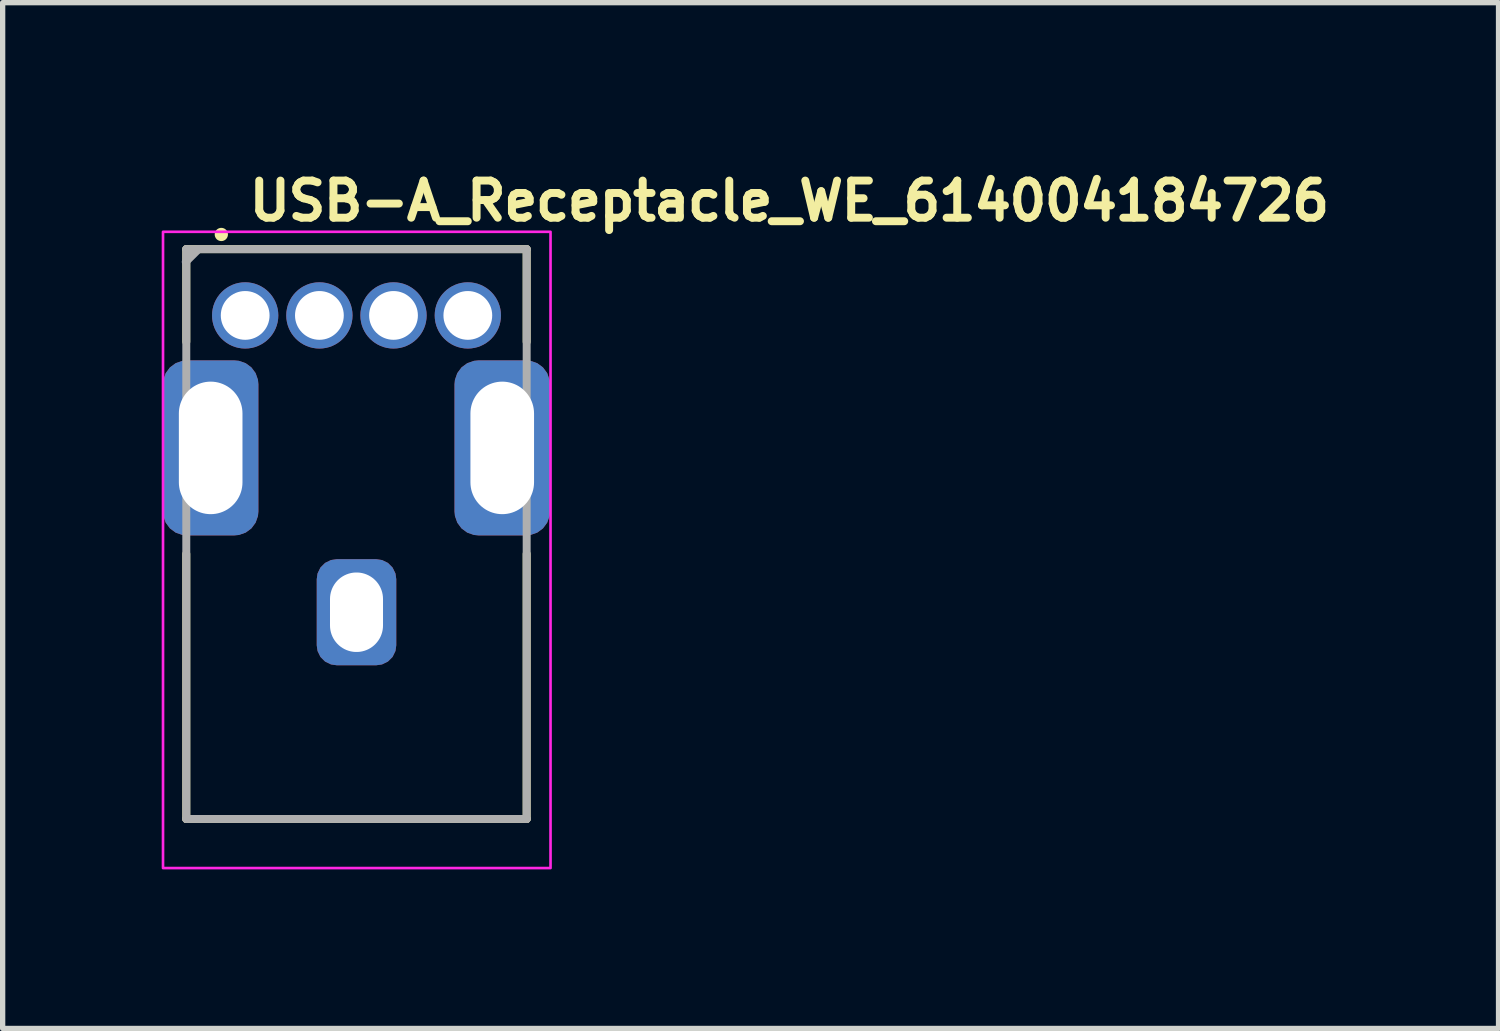
<source format=kicad_pcb>
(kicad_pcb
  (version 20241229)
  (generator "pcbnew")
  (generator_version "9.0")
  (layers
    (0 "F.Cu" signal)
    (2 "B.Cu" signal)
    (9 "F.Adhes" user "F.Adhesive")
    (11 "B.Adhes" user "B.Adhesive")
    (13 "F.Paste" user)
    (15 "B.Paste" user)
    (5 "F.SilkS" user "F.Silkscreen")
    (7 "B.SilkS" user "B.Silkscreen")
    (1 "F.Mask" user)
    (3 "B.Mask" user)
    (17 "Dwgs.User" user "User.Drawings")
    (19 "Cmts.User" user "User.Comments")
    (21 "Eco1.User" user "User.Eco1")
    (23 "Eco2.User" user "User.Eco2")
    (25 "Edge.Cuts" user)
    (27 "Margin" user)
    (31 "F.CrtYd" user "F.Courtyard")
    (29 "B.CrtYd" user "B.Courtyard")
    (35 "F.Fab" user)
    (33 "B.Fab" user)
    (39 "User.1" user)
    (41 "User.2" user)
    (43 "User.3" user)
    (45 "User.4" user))
  (footprint "USB-A_Receptacle_WE_614004184726"
    (layer "F.Cu")
    (at 1.575 2.9)
    (property "Reference" "USB-A_Receptacle_WE_614004184726" (at 0 -1.75 0) (layer "F.SilkS") (effects (font (size 0.7 0.7) (thickness 0.15)) (justify left bottom)))
    (attr through_hole)
    (fp_line (start -1.111 -1.25) (end 5.31 -1.25) (stroke (width 0.15) (type solid)) (layer "F.SilkS"))
    (fp_line (start -1.111 0.498) (end -1.111 -1.25) (stroke (width 0.15) (type solid)) (layer "F.SilkS"))
    (fp_line (start -1.111 4.498) (end -1.111 9.499) (stroke (width 0.15) (type solid)) (layer "F.SilkS"))
    (fp_line (start -1.111 9.499) (end 5.31 9.499) (stroke (width 0.15) (type solid)) (layer "F.SilkS"))
    (fp_line (start 5.31 -1.25) (end 5.31 0.498) (stroke (width 0.15) (type solid)) (layer "F.SilkS"))
    (fp_line (start 5.31 9.499) (end 5.31 4.498) (stroke (width 0.15) (type solid)) (layer "F.SilkS"))
    (fp_circle (center -0.45 -1.527) (end -0.4 -1.527) (stroke (width 0.15) (type solid)) (fill yes) (layer "F.SilkS"))
    (fp_rect (start -1.55 -1.577) (end 5.76 10.425) (stroke (width 0.05) (type solid)) (fill no) (layer "F.CrtYd"))
    (fp_line (start -1.121 -1.01) (end -0.88 -1.25) (stroke (width 0.15) (type solid)) (layer "F.Fab"))
    (fp_line (start -1.111 -1.25) (end -1.111 9.499) (stroke (width 0.15) (type solid)) (layer "F.Fab"))
    (fp_line (start -1.111 9.499) (end 5.31 9.499) (stroke (width 0.15) (type solid)) (layer "F.Fab"))
    (fp_line (start 5.31 -1.25) (end -1.111 -1.25) (stroke (width 0.15) (type solid)) (layer "F.Fab"))
    (fp_line (start 5.31 9.499) (end 5.31 -1.25) (stroke (width 0.15) (type solid)) (layer "F.Fab"))
    (fp_rect (start -1.46 -1.077) (end 5.66 9.925) (stroke (width 0.1) (type solid)) (fill no) (layer "User.5"))
    (fp_line (start -1.46 1.852) (end -1.46 1.852) (stroke (width 0.02) (type solid)) (layer "User.9"))
    (fp_line (start -1.46 1.852) (end -1.46 1.852) (stroke (width 0.02) (type solid)) (layer "User.9"))
    (fp_line (start -1.46 1.852) (end -1.46 1.852) (stroke (width 0.02) (type solid)) (layer "User.9"))
    (fp_line (start -1.46 1.852) (end -1.46 1.852) (stroke (width 0.02) (type solid)) (layer "User.9"))
    (fp_line (start -1.46 1.852) (end -1.46 3.205) (stroke (width 0.02) (type solid)) (layer "User.9"))
    (fp_line (start -1.46 1.852) (end -1.458 1.85) (stroke (width 0.02) (type solid)) (layer "User.9"))
    (fp_line (start -1.46 3.205) (end -1.46 3.205) (stroke (width 0.02) (type solid)) (layer "User.9"))
    (fp_line (start -1.46 3.206) (end -1.46 3.205) (stroke (width 0.02) (type solid)) (layer "User.9"))
    (fp_line (start -1.458 1.85) (end -1.456 1.85) (stroke (width 0.02) (type solid)) (layer "User.9"))
    (fp_line (start -1.458 3.208) (end -1.46 3.206) (stroke (width 0.02) (type solid)) (layer "User.9"))
    (fp_line (start -1.456 1.85) (end -1.452 1.85) (stroke (width 0.02) (type solid)) (layer "User.9"))
    (fp_line (start -1.456 3.208) (end -1.458 3.208) (stroke (width 0.02) (type solid)) (layer "User.9"))
    (fp_line (start -1.452 1.85) (end -1.448 1.85) (stroke (width 0.02) (type solid)) (layer "User.9"))
    (fp_line (start -1.448 1.85) (end -1.444 1.848) (stroke (width 0.02) (type solid)) (layer "User.9"))
    (fp_line (start -1.448 3.209) (end -1.456 3.208) (stroke (width 0.02) (type solid)) (layer "User.9"))
    (fp_line (start -1.444 1.848) (end -1.438 1.848) (stroke (width 0.02) (type solid)) (layer "User.9"))
    (fp_line (start -1.438 1.848) (end -1.432 1.848) (stroke (width 0.02) (type solid)) (layer "User.9"))
    (fp_line (start -1.438 3.21) (end -1.448 3.209) (stroke (width 0.02) (type solid)) (layer "User.9"))
    (fp_line (start -1.432 1.848) (end -1.426 1.846) (stroke (width 0.02) (type solid)) (layer "User.9"))
    (fp_line (start -1.426 1.846) (end -1.41 1.846) (stroke (width 0.02) (type solid)) (layer "User.9"))
    (fp_line (start -1.426 3.212) (end -1.438 3.21) (stroke (width 0.02) (type solid)) (layer "User.9"))
    (fp_line (start -1.41 1.846) (end -1.393 1.844) (stroke (width 0.02) (type solid)) (layer "User.9"))
    (fp_line (start -1.41 3.213) (end -1.426 3.212) (stroke (width 0.02) (type solid)) (layer "User.9"))
    (fp_line (start -1.393 1.844) (end -1.371 1.844) (stroke (width 0.02) (type solid)) (layer "User.9"))
    (fp_line (start -1.371 3.214) (end -1.41 3.213) (stroke (width 0.02) (type solid)) (layer "User.9"))
    (fp_line (start -1.371 3.214) (end -0.96 3.233) (stroke (width 0.02) (type solid)) (layer "User.9"))
    (fp_line (start -1.111 0.974) (end -1.111 -0.776) (stroke (width 0.02) (type solid)) (layer "User.9"))
    (fp_line (start -1.111 1.624) (end -1.111 0.974) (stroke (width 0.02) (type solid)) (layer "User.9"))
    (fp_line (start -1.101 -0.776) (end -1.111 -0.776) (stroke (width 0.02) (type solid)) (layer "User.9"))
    (fp_line (start -1.101 -0.776) (end -1.057 -0.776) (stroke (width 0.02) (type solid)) (layer "User.9"))
    (fp_line (start -1.101 1.624) (end -1.111 1.624) (stroke (width 0.02) (type solid)) (layer "User.9"))
    (fp_line (start -1.101 1.773) (end -1.101 -0.776) (stroke (width 0.02) (type solid)) (layer "User.9"))
    (fp_line (start -1.101 1.83) (end -1.371 1.844) (stroke (width 0.02) (type solid)) (layer "User.9"))
    (fp_line (start -1.101 2.233) (end -1.101 1.773) (stroke (width 0.02) (type solid)) (layer "User.9"))
    (fp_line (start -1.101 2.233) (end -1.101 2.233) (stroke (width 0.02) (type solid)) (layer "User.9"))
    (fp_line (start -1.101 2.325) (end -1.101 2.233) (stroke (width 0.02) (type solid)) (layer "User.9"))
    (fp_line (start -1.101 2.325) (end -1.101 2.325) (stroke (width 0.02) (type solid)) (layer "User.9"))
    (fp_line (start -1.101 2.387) (end -1.101 2.325) (stroke (width 0.02) (type solid)) (layer "User.9"))
    (fp_line (start -1.101 2.387) (end -1.101 2.387) (stroke (width 0.02) (type solid)) (layer "User.9"))
    (fp_line (start -1.101 2.419) (end -1.101 2.387) (stroke (width 0.02) (type solid)) (layer "User.9"))
    (fp_line (start -1.101 2.419) (end -1.101 2.419) (stroke (width 0.02) (type solid)) (layer "User.9"))
    (fp_line (start -1.101 2.423) (end -1.101 2.419) (stroke (width 0.02) (type solid)) (layer "User.9"))
    (fp_line (start -1.101 2.423) (end -0.76 2.423) (stroke (width 0.02) (type solid)) (layer "User.9"))
    (fp_line (start -1.061 -0.743) (end -1.061 -0.726) (stroke (width 0.02) (type solid)) (layer "User.9"))
    (fp_line (start -1.061 0.524) (end -1.061 -0.726) (stroke (width 0.02) (type solid)) (layer "User.9"))
    (fp_line (start -1.061 0.524) (end -0.76 0.524) (stroke (width 0.02) (type solid)) (layer "User.9"))
    (fp_line (start -1.059 -0.76) (end -1.061 -0.743) (stroke (width 0.02) (type solid)) (layer "User.9"))
    (fp_line (start -1.057 -0.778) (end -1.059 -0.76) (stroke (width 0.02) (type solid)) (layer "User.9"))
    (fp_line (start -1.055 -0.795) (end -1.057 -0.778) (stroke (width 0.02) (type solid)) (layer "User.9"))
    (fp_line (start -1.051 -0.812) (end -1.055 -0.795) (stroke (width 0.02) (type solid)) (layer "User.9"))
    (fp_line (start -1.045 -0.828) (end -1.051 -0.812) (stroke (width 0.02) (type solid)) (layer "User.9"))
    (fp_line (start -1.041 -0.844) (end -1.045 -0.828) (stroke (width 0.02) (type solid)) (layer "User.9"))
    (fp_line (start -1.035 -0.859) (end -1.041 -0.844) (stroke (width 0.02) (type solid)) (layer "User.9"))
    (fp_line (start -1.027 -0.875) (end -1.035 -0.859) (stroke (width 0.02) (type solid)) (layer "User.9"))
    (fp_line (start -1.02 -0.89) (end -1.027 -0.875) (stroke (width 0.02) (type solid)) (layer "User.9"))
    (fp_line (start -1.012 -0.906) (end -1.02 -0.89) (stroke (width 0.02) (type solid)) (layer "User.9"))
    (fp_line (start -1.002 -0.921) (end -1.012 -0.906) (stroke (width 0.02) (type solid)) (layer "User.9"))
    (fp_line (start -0.992 -0.935) (end -1.002 -0.921) (stroke (width 0.02) (type solid)) (layer "User.9"))
    (fp_line (start -0.981 -0.948) (end -0.992 -0.935) (stroke (width 0.02) (type solid)) (layer "User.9"))
    (fp_line (start -0.97 -0.96) (end -0.981 -0.948) (stroke (width 0.02) (type solid)) (layer "User.9"))
    (fp_line (start -0.96 3.233) (end -0.873 3.238) (stroke (width 0.02) (type solid)) (layer "User.9"))
    (fp_line (start -0.959 -0.973) (end -0.97 -0.96) (stroke (width 0.02) (type solid)) (layer "User.9"))
    (fp_line (start -0.959 -0.973) (end -0.959 -0.973) (stroke (width 0.02) (type solid)) (layer "User.9"))
    (fp_line (start -0.946 -0.985) (end -0.959 -0.973) (stroke (width 0.02) (type solid)) (layer "User.9"))
    (fp_line (start -0.933 -0.996) (end -0.946 -0.985) (stroke (width 0.02) (type solid)) (layer "User.9"))
    (fp_line (start -0.92 -1.008) (end -0.933 -0.996) (stroke (width 0.02) (type solid)) (layer "User.9"))
    (fp_line (start -0.906 -1.018) (end -0.92 -1.008) (stroke (width 0.02) (type solid)) (layer "User.9"))
    (fp_line (start -0.89 -1.027) (end -0.906 -1.018) (stroke (width 0.02) (type solid)) (layer "User.9"))
    (fp_line (start -0.875 -1.035) (end -0.89 -1.027) (stroke (width 0.02) (type solid)) (layer "User.9"))
    (fp_line (start -0.873 3.238) (end -0.839 3.241) (stroke (width 0.02) (type solid)) (layer "User.9"))
    (fp_line (start -0.86 -1.043) (end -0.875 -1.035) (stroke (width 0.02) (type solid)) (layer "User.9"))
    (fp_line (start -0.86 8.105) (end -0.77 7.943) (stroke (width 0.02) (type solid)) (layer "User.9"))
    (fp_line (start -0.86 8.105) (end -0.76 8.16) (stroke (width 0.02) (type solid)) (layer "User.9"))
    (fp_line (start -0.844 -1.049) (end -0.86 -1.043) (stroke (width 0.02) (type solid)) (layer "User.9"))
    (fp_line (start -0.839 3.241) (end -0.812 3.244) (stroke (width 0.02) (type solid)) (layer "User.9"))
    (fp_line (start -0.83 -1.055) (end -0.844 -1.049) (stroke (width 0.02) (type solid)) (layer "User.9"))
    (fp_line (start -0.813 -1.061) (end -0.83 -1.055) (stroke (width 0.02) (type solid)) (layer "User.9"))
    (fp_line (start -0.812 3.244) (end -0.791 3.246) (stroke (width 0.02) (type solid)) (layer "User.9"))
    (fp_line (start -0.797 -1.065) (end -0.813 -1.061) (stroke (width 0.02) (type solid)) (layer "User.9"))
    (fp_line (start -0.791 3.246) (end -0.775 3.249) (stroke (width 0.02) (type solid)) (layer "User.9"))
    (fp_line (start -0.78 -1.069) (end -0.797 -1.065) (stroke (width 0.02) (type solid)) (layer "User.9"))
    (fp_line (start -0.775 3.249) (end -0.768 3.25) (stroke (width 0.02) (type solid)) (layer "User.9"))
    (fp_line (start -0.768 3.25) (end -0.764 3.252) (stroke (width 0.02) (type solid)) (layer "User.9"))
    (fp_line (start -0.764 3.252) (end -0.762 3.253) (stroke (width 0.02) (type solid)) (layer "User.9"))
    (fp_line (start -0.762 -1.073) (end -0.78 -1.069) (stroke (width 0.02) (type solid)) (layer "User.9"))
    (fp_line (start -0.762 3.253) (end -0.76 3.253) (stroke (width 0.02) (type solid)) (layer "User.9"))
    (fp_line (start -0.76 -0.735) (end -0.759 -0.738) (stroke (width 0.02) (type solid)) (layer "User.9"))
    (fp_line (start -0.76 -0.733) (end -0.76 -0.735) (stroke (width 0.02) (type solid)) (layer "User.9"))
    (fp_line (start -0.76 -0.73) (end -0.76 -0.733) (stroke (width 0.02) (type solid)) (layer "User.9"))
    (fp_line (start -0.76 -0.728) (end -0.76 -0.73) (stroke (width 0.02) (type solid)) (layer "User.9"))
    (fp_line (start -0.76 -0.726) (end -0.76 -0.728) (stroke (width 0.02) (type solid)) (layer "User.9"))
    (fp_line (start -0.76 -0.375) (end -0.76 -0.726) (stroke (width 0.02) (type solid)) (layer "User.9"))
    (fp_line (start -0.76 -0.375) (end -0.76 9.925) (stroke (width 0.02) (type solid)) (layer "User.9"))
    (fp_line (start -0.76 7.927) (end -0.77 7.943) (stroke (width 0.02) (type solid)) (layer "User.9"))
    (fp_line (start -0.759 -0.738) (end -0.758 -0.74) (stroke (width 0.02) (type solid)) (layer "User.9"))
    (fp_line (start -0.758 -0.742) (end -0.757 -0.745) (stroke (width 0.02) (type solid)) (layer "User.9"))
    (fp_line (start -0.758 -0.74) (end -0.758 -0.742) (stroke (width 0.02) (type solid)) (layer "User.9"))
    (fp_line (start -0.757 -0.745) (end -0.756 -0.747) (stroke (width 0.02) (type solid)) (layer "User.9"))
    (fp_line (start -0.756 -0.747) (end -0.755 -0.749) (stroke (width 0.02) (type solid)) (layer "User.9"))
    (fp_line (start -0.755 -0.749) (end -0.753 -0.751) (stroke (width 0.02) (type solid)) (layer "User.9"))
    (fp_line (start -0.753 -0.751) (end -0.752 -0.753) (stroke (width 0.02) (type solid)) (layer "User.9"))
    (fp_line (start -0.752 -0.753) (end -0.751 -0.755) (stroke (width 0.02) (type solid)) (layer "User.9"))
    (fp_line (start -0.751 -0.755) (end -0.749 -0.757) (stroke (width 0.02) (type solid)) (layer "User.9"))
    (fp_line (start -0.749 -0.757) (end -0.748 -0.759) (stroke (width 0.02) (type solid)) (layer "User.9"))
    (fp_line (start -0.748 -0.759) (end -0.746 -0.761) (stroke (width 0.02) (type solid)) (layer "User.9"))
    (fp_line (start -0.746 -0.761) (end -0.746 -0.761) (stroke (width 0.02) (type solid)) (layer "User.9"))
    (fp_line (start -0.746 -0.761) (end -0.744 -0.763) (stroke (width 0.02) (type solid)) (layer "User.9"))
    (fp_line (start -0.745 -1.075) (end -0.762 -1.073) (stroke (width 0.02) (type solid)) (layer "User.9"))
    (fp_line (start -0.744 -0.763) (end -0.742 -0.764) (stroke (width 0.02) (type solid)) (layer "User.9"))
    (fp_line (start -0.742 -0.764) (end -0.74 -0.766) (stroke (width 0.02) (type solid)) (layer "User.9"))
    (fp_line (start -0.74 -0.766) (end -0.738 -0.767) (stroke (width 0.02) (type solid)) (layer "User.9"))
    (fp_line (start -0.738 -0.767) (end -0.736 -0.768) (stroke (width 0.02) (type solid)) (layer "User.9"))
    (fp_line (start -0.736 -0.768) (end -0.734 -0.771) (stroke (width 0.02) (type solid)) (layer "User.9"))
    (fp_line (start -0.734 -0.771) (end -0.732 -0.772) (stroke (width 0.02) (type solid)) (layer "User.9"))
    (fp_line (start -0.732 -0.772) (end -0.73 -0.773) (stroke (width 0.02) (type solid)) (layer "User.9"))
    (fp_line (start -0.73 -0.773) (end -0.727 -0.774) (stroke (width 0.02) (type solid)) (layer "User.9"))
    (fp_line (start -0.728 -1.075) (end -0.745 -1.075) (stroke (width 0.02) (type solid)) (layer "User.9"))
    (fp_line (start -0.727 -0.774) (end -0.725 -0.774) (stroke (width 0.02) (type solid)) (layer "User.9"))
    (fp_line (start -0.725 -0.774) (end -0.723 -0.775) (stroke (width 0.02) (type solid)) (layer "User.9"))
    (fp_line (start -0.723 -0.775) (end -0.72 -0.776) (stroke (width 0.02) (type solid)) (layer "User.9"))
    (fp_line (start -0.72 -0.776) (end -0.718 -0.776) (stroke (width 0.02) (type solid)) (layer "User.9"))
    (fp_line (start -0.718 -0.776) (end -0.715 -0.776) (stroke (width 0.02) (type solid)) (layer "User.9"))
    (fp_line (start -0.715 -0.776) (end -0.713 -0.776) (stroke (width 0.02) (type solid)) (layer "User.9"))
    (fp_line (start -0.713 -0.776) (end -0.71 -0.776) (stroke (width 0.02) (type solid)) (layer "User.9"))
    (fp_line (start -0.71 -1.077) (end -0.728 -1.075) (stroke (width 0.02) (type solid)) (layer "User.9"))
    (fp_line (start -0.71 -1.077) (end -0.411 -1.077) (stroke (width 0.02) (type solid)) (layer "User.9"))
    (fp_line (start -0.71 -0.776) (end -0.461 -0.776) (stroke (width 0.02) (type solid)) (layer "User.9"))
    (fp_line (start -0.659 -0.375) (end -0.76 -0.375) (stroke (width 0.02) (type solid)) (layer "User.9"))
    (fp_line (start -0.659 -0.375) (end -0.659 -0.375) (stroke (width 0.02) (type solid)) (layer "User.9"))
    (fp_line (start -0.659 9.925) (end -0.76 9.925) (stroke (width 0.02) (type solid)) (layer "User.9"))
    (fp_line (start -0.659 9.925) (end -0.659 9.925) (stroke (width 0.02) (type solid)) (layer "User.9"))
    (fp_line (start -0.461 -0.776) (end -0.411 -0.776) (stroke (width 0.02) (type solid)) (layer "User.9"))
    (fp_line (start -0.461 -0.375) (end -0.461 -0.776) (stroke (width 0.02) (type solid)) (layer "User.9"))
    (fp_line (start -0.411 -1.077) (end 1.249 -1.077) (stroke (width 0.02) (type solid)) (layer "User.9"))
    (fp_line (start -0.411 -0.973) (end -0.411 -1.077) (stroke (width 0.02) (type solid)) (layer "User.9"))
    (fp_line (start -0.411 -0.973) (end -0.411 -0.973) (stroke (width 0.02) (type solid)) (layer "User.9"))
    (fp_line (start -0.411 -0.726) (end -0.411 -0.973) (stroke (width 0.02) (type solid)) (layer "User.9"))
    (fp_line (start -0.411 -0.726) (end -0.411 -0.375) (stroke (width 0.02) (type solid)) (layer "User.9"))
    (fp_line (start -0.411 -0.375) (end -0.659 -0.375) (stroke (width 0.02) (type solid)) (layer "User.9"))
    (fp_line (start -0.411 9.925) (end -0.659 9.925) (stroke (width 0.02) (type solid)) (layer "User.9"))
    (fp_line (start -0.411 9.925) (end 4.608 9.925) (stroke (width 0.02) (type solid)) (layer "User.9"))
    (fp_line (start 0.663 8.111) (end 0.663 8.115) (stroke (width 0.02) (type solid)) (layer "User.9"))
    (fp_line (start 0.663 8.111) (end 0.986 3.112) (stroke (width 0.02) (type solid)) (layer "User.9"))
    (fp_line (start 0.663 8.115) (end 0.663 8.118) (stroke (width 0.02) (type solid)) (layer "User.9"))
    (fp_line (start 0.663 8.118) (end 0.663 8.121) (stroke (width 0.02) (type solid)) (layer "User.9"))
    (fp_line (start 0.663 8.121) (end 0.663 8.124) (stroke (width 0.02) (type solid)) (layer "User.9"))
    (fp_line (start 0.663 8.124) (end 0.663 8.134) (stroke (width 0.02) (type solid)) (layer "User.9"))
    (fp_line (start 0.663 8.134) (end 0.664 8.144) (stroke (width 0.02) (type solid)) (layer "User.9"))
    (fp_line (start 0.664 8.144) (end 0.665 8.154) (stroke (width 0.02) (type solid)) (layer "User.9"))
    (fp_line (start 0.665 8.154) (end 0.667 8.165) (stroke (width 0.02) (type solid)) (layer "User.9"))
    (fp_line (start 0.667 8.165) (end 0.669 8.173) (stroke (width 0.02) (type solid)) (layer "User.9"))
    (fp_line (start 0.669 8.173) (end 0.672 8.184) (stroke (width 0.02) (type solid)) (layer "User.9"))
    (fp_line (start 0.672 8.184) (end 0.675 8.192) (stroke (width 0.02) (type solid)) (layer "User.9"))
    (fp_line (start 0.675 8.192) (end 0.679 8.201) (stroke (width 0.02) (type solid)) (layer "User.9"))
    (fp_line (start 0.679 8.201) (end 0.683 8.211) (stroke (width 0.02) (type solid)) (layer "User.9"))
    (fp_line (start 0.683 8.211) (end 0.687 8.22) (stroke (width 0.02) (type solid)) (layer "User.9"))
    (fp_line (start 0.687 8.22) (end 0.692 8.227) (stroke (width 0.02) (type solid)) (layer "User.9"))
    (fp_line (start 0.692 8.227) (end 0.697 8.236) (stroke (width 0.02) (type solid)) (layer "User.9"))
    (fp_line (start 0.697 8.236) (end 0.703 8.243) (stroke (width 0.02) (type solid)) (layer "User.9"))
    (fp_line (start 0.703 8.243) (end 0.708 8.252) (stroke (width 0.02) (type solid)) (layer "User.9"))
    (fp_line (start 0.708 8.252) (end 0.714 8.259) (stroke (width 0.02) (type solid)) (layer "User.9"))
    (fp_line (start 0.714 8.259) (end 0.72 8.265) (stroke (width 0.02) (type solid)) (layer "User.9"))
    (fp_line (start 0.72 8.265) (end 0.727 8.272) (stroke (width 0.02) (type solid)) (layer "User.9"))
    (fp_line (start 0.727 8.272) (end 0.735 8.278) (stroke (width 0.02) (type solid)) (layer "User.9"))
    (fp_line (start 0.73 8.275) (end 1.14 8.275) (stroke (width 0.02) (type solid)) (layer "User.9"))
    (fp_line (start 0.735 8.278) (end 0.742 8.284) (stroke (width 0.02) (type solid)) (layer "User.9"))
    (fp_line (start 0.742 8.284) (end 0.75 8.29) (stroke (width 0.02) (type solid)) (layer "User.9"))
    (fp_line (start 0.75 8.29) (end 0.758 8.295) (stroke (width 0.02) (type solid)) (layer "User.9"))
    (fp_line (start 0.758 8.295) (end 0.768 8.3) (stroke (width 0.02) (type solid)) (layer "User.9"))
    (fp_line (start 0.768 8.3) (end 0.776 8.304) (stroke (width 0.02) (type solid)) (layer "User.9"))
    (fp_line (start 0.776 8.304) (end 0.785 8.309) (stroke (width 0.02) (type solid)) (layer "User.9"))
    (fp_line (start 0.785 8.309) (end 0.794 8.311) (stroke (width 0.02) (type solid)) (layer "User.9"))
    (fp_line (start 0.794 8.311) (end 0.803 8.316) (stroke (width 0.02) (type solid)) (layer "User.9"))
    (fp_line (start 0.803 8.316) (end 0.813 8.317) (stroke (width 0.02) (type solid)) (layer "User.9"))
    (fp_line (start 0.813 8.317) (end 0.823 8.32) (stroke (width 0.02) (type solid)) (layer "User.9"))
    (fp_line (start 0.823 8.32) (end 0.832 8.322) (stroke (width 0.02) (type solid)) (layer "User.9"))
    (fp_line (start 0.832 8.322) (end 0.841 8.323) (stroke (width 0.02) (type solid)) (layer "User.9"))
    (fp_line (start 0.841 8.323) (end 0.852 8.323) (stroke (width 0.02) (type solid)) (layer "User.9"))
    (fp_line (start 0.852 8.323) (end 0.862 8.323) (stroke (width 0.02) (type solid)) (layer "User.9"))
    (fp_line (start 0.987 3.101) (end 0.986 3.112) (stroke (width 0.02) (type solid)) (layer "User.9"))
    (fp_line (start 0.989 3.092) (end 0.987 3.101) (stroke (width 0.02) (type solid)) (layer "User.9"))
    (fp_line (start 0.99 3.083) (end 0.989 3.092) (stroke (width 0.02) (type solid)) (layer "User.9"))
    (fp_line (start 0.993 3.072) (end 0.99 3.083) (stroke (width 0.02) (type solid)) (layer "User.9"))
    (fp_line (start 0.995 3.063) (end 0.993 3.072) (stroke (width 0.02) (type solid)) (layer "User.9"))
    (fp_line (start 0.998 3.055) (end 0.995 3.063) (stroke (width 0.02) (type solid)) (layer "User.9"))
    (fp_line (start 1.003 3.046) (end 0.998 3.055) (stroke (width 0.02) (type solid)) (layer "User.9"))
    (fp_line (start 1.007 3.038) (end 1.003 3.046) (stroke (width 0.02) (type solid)) (layer "User.9"))
    (fp_line (start 1.009 8.323) (end 0.862 8.323) (stroke (width 0.02) (type solid)) (layer "User.9"))
    (fp_line (start 1.009 8.323) (end 1.019 8.323) (stroke (width 0.02) (type solid)) (layer "User.9"))
    (fp_line (start 1.011 3.03) (end 1.007 3.038) (stroke (width 0.02) (type solid)) (layer "User.9"))
    (fp_line (start 1.015 3.022) (end 1.011 3.03) (stroke (width 0.02) (type solid)) (layer "User.9"))
    (fp_line (start 1.019 3.014) (end 1.015 3.022) (stroke (width 0.02) (type solid)) (layer "User.9"))
    (fp_line (start 1.019 8.323) (end 1.028 8.323) (stroke (width 0.02) (type solid)) (layer "User.9"))
    (fp_line (start 1.026 3.006) (end 1.019 3.014) (stroke (width 0.02) (type solid)) (layer "User.9"))
    (fp_line (start 1.028 8.323) (end 1.038 8.322) (stroke (width 0.02) (type solid)) (layer "User.9"))
    (fp_line (start 1.03 2.999) (end 1.026 3.006) (stroke (width 0.02) (type solid)) (layer "User.9"))
    (fp_line (start 1.036 2.991) (end 1.03 2.999) (stroke (width 0.02) (type solid)) (layer "User.9"))
    (fp_line (start 1.038 8.322) (end 1.048 8.32) (stroke (width 0.02) (type solid)) (layer "User.9"))
    (fp_line (start 1.044 2.984) (end 1.036 2.991) (stroke (width 0.02) (type solid)) (layer "User.9"))
    (fp_line (start 1.048 8.32) (end 1.056 8.319) (stroke (width 0.02) (type solid)) (layer "User.9"))
    (fp_line (start 1.05 2.979) (end 1.044 2.984) (stroke (width 0.02) (type solid)) (layer "User.9"))
    (fp_line (start 1.056 2.971) (end 1.05 2.979) (stroke (width 0.02) (type solid)) (layer "User.9"))
    (fp_line (start 1.056 8.319) (end 1.066 8.316) (stroke (width 0.02) (type solid)) (layer "User.9"))
    (fp_line (start 1.064 2.967) (end 1.056 2.971) (stroke (width 0.02) (type solid)) (layer "User.9"))
    (fp_line (start 1.066 8.316) (end 1.076 8.313) (stroke (width 0.02) (type solid)) (layer "User.9"))
    (fp_line (start 1.072 2.96) (end 1.064 2.967) (stroke (width 0.02) (type solid)) (layer "User.9"))
    (fp_line (start 1.076 8.313) (end 1.084 8.31) (stroke (width 0.02) (type solid)) (layer "User.9"))
    (fp_line (start 1.078 2.955) (end 1.072 2.96) (stroke (width 0.02) (type solid)) (layer "User.9"))
    (fp_line (start 1.084 8.31) (end 1.092 8.306) (stroke (width 0.02) (type solid)) (layer "User.9"))
    (fp_line (start 1.086 2.951) (end 1.078 2.955) (stroke (width 0.02) (type solid)) (layer "User.9"))
    (fp_line (start 1.092 8.306) (end 1.1 8.301) (stroke (width 0.02) (type solid)) (layer "User.9"))
    (fp_line (start 1.094 2.947) (end 1.086 2.951) (stroke (width 0.02) (type solid)) (layer "User.9"))
    (fp_line (start 1.1 8.301) (end 1.11 8.297) (stroke (width 0.02) (type solid)) (layer "User.9"))
    (fp_line (start 1.104 2.942) (end 1.094 2.947) (stroke (width 0.02) (type solid)) (layer "User.9"))
    (fp_line (start 1.11 8.297) (end 1.118 8.291) (stroke (width 0.02) (type solid)) (layer "User.9"))
    (fp_line (start 1.112 2.938) (end 1.104 2.942) (stroke (width 0.02) (type solid)) (layer "User.9"))
    (fp_line (start 1.118 8.291) (end 1.124 8.287) (stroke (width 0.02) (type solid)) (layer "User.9"))
    (fp_line (start 1.12 2.935) (end 1.112 2.938) (stroke (width 0.02) (type solid)) (layer "User.9"))
    (fp_line (start 1.124 8.287) (end 1.132 8.281) (stroke (width 0.02) (type solid)) (layer "User.9"))
    (fp_line (start 1.13 2.933) (end 1.12 2.935) (stroke (width 0.02) (type solid)) (layer "User.9"))
    (fp_line (start 1.132 8.281) (end 1.14 8.275) (stroke (width 0.02) (type solid)) (layer "User.9"))
    (fp_line (start 1.138 2.93) (end 1.13 2.933) (stroke (width 0.02) (type solid)) (layer "User.9"))
    (fp_line (start 1.14 8.275) (end 1.146 8.268) (stroke (width 0.02) (type solid)) (layer "User.9"))
    (fp_line (start 1.146 8.268) (end 1.153 8.262) (stroke (width 0.02) (type solid)) (layer "User.9"))
    (fp_line (start 1.148 2.927) (end 1.138 2.93) (stroke (width 0.02) (type solid)) (layer "User.9"))
    (fp_line (start 1.153 8.262) (end 1.159 8.256) (stroke (width 0.02) (type solid)) (layer "User.9"))
    (fp_line (start 1.157 2.926) (end 1.148 2.927) (stroke (width 0.02) (type solid)) (layer "User.9"))
    (fp_line (start 1.159 8.256) (end 1.165 8.249) (stroke (width 0.02) (type solid)) (layer "User.9"))
    (fp_line (start 1.165 8.249) (end 1.171 8.24) (stroke (width 0.02) (type solid)) (layer "User.9"))
    (fp_line (start 1.167 2.925) (end 1.157 2.926) (stroke (width 0.02) (type solid)) (layer "User.9"))
    (fp_line (start 1.171 8.24) (end 1.177 8.233) (stroke (width 0.02) (type solid)) (layer "User.9"))
    (fp_line (start 1.177 2.925) (end 1.167 2.925) (stroke (width 0.02) (type solid)) (layer "User.9"))
    (fp_line (start 1.177 8.233) (end 1.181 8.226) (stroke (width 0.02) (type solid)) (layer "User.9"))
    (fp_line (start 1.181 8.226) (end 1.185 8.217) (stroke (width 0.02) (type solid)) (layer "User.9"))
    (fp_line (start 1.185 8.217) (end 1.189 8.208) (stroke (width 0.02) (type solid)) (layer "User.9"))
    (fp_line (start 1.187 2.923) (end 1.177 2.925) (stroke (width 0.02) (type solid)) (layer "User.9"))
    (fp_line (start 1.187 2.923) (end 3.011 2.923) (stroke (width 0.02) (type solid)) (layer "User.9"))
    (fp_line (start 1.189 8.208) (end 1.193 8.199) (stroke (width 0.02) (type solid)) (layer "User.9"))
    (fp_line (start 1.193 8.199) (end 1.197 8.191) (stroke (width 0.02) (type solid)) (layer "User.9"))
    (fp_line (start 1.197 8.191) (end 1.199 8.182) (stroke (width 0.02) (type solid)) (layer "User.9"))
    (fp_line (start 1.199 8.182) (end 1.203 8.172) (stroke (width 0.02) (type solid)) (layer "User.9"))
    (fp_line (start 1.203 8.172) (end 1.205 8.163) (stroke (width 0.02) (type solid)) (layer "User.9"))
    (fp_line (start 1.205 8.163) (end 1.207 8.153) (stroke (width 0.02) (type solid)) (layer "User.9"))
    (fp_line (start 1.207 8.143) (end 1.209 8.134) (stroke (width 0.02) (type solid)) (layer "User.9"))
    (fp_line (start 1.207 8.153) (end 1.207 8.143) (stroke (width 0.02) (type solid)) (layer "User.9"))
    (fp_line (start 1.223 7.825) (end 1.209 8.134) (stroke (width 0.02) (type solid)) (layer "User.9"))
    (fp_line (start 1.223 7.825) (end 1.257 7.105) (stroke (width 0.02) (type solid)) (layer "User.9"))
    (fp_line (start 1.249 -1.077) (end 2.95 -1.077) (stroke (width 0.02) (type solid)) (layer "User.9"))
    (fp_line (start 1.249 -0.973) (end 1.249 -1.077) (stroke (width 0.02) (type solid)) (layer "User.9"))
    (fp_line (start 1.249 -0.973) (end 1.249 -0.973) (stroke (width 0.02) (type solid)) (layer "User.9"))
    (fp_line (start 1.249 -0.875) (end 2.95 -0.875) (stroke (width 0.02) (type solid)) (layer "User.9"))
    (fp_line (start 1.249 -0.776) (end 2.95 -0.776) (stroke (width 0.02) (type solid)) (layer "User.9"))
    (fp_line (start 1.249 -0.776) (end 2.95 -0.776) (stroke (width 0.02) (type solid)) (layer "User.9"))
    (fp_line (start 1.249 -0.726) (end 1.249 -0.973) (stroke (width 0.02) (type solid)) (layer "User.9"))
    (fp_line (start 1.249 -0.344) (end 1.249 -0.726) (stroke (width 0.02) (type solid)) (layer "User.9"))
    (fp_line (start 1.257 7.105) (end 1.362 4.927) (stroke (width 0.02) (type solid)) (layer "User.9"))
    (fp_line (start 1.368 4.825) (end 1.362 4.927) (stroke (width 0.02) (type solid)) (layer "User.9"))
    (fp_line (start 1.382 4.536) (end 1.368 4.825) (stroke (width 0.02) (type solid)) (layer "User.9"))
    (fp_line (start 1.409 3.966) (end 1.411 3.958) (stroke (width 0.02) (type solid)) (layer "User.9"))
    (fp_line (start 1.409 3.974) (end 1.409 3.966) (stroke (width 0.02) (type solid)) (layer "User.9"))
    (fp_line (start 1.409 3.982) (end 1.382 4.536) (stroke (width 0.02) (type solid)) (layer "User.9"))
    (fp_line (start 1.409 3.982) (end 1.409 3.974) (stroke (width 0.02) (type solid)) (layer "User.9"))
    (fp_line (start 1.409 3.982) (end 1.417 3.809) (stroke (width 0.02) (type solid)) (layer "User.9"))
    (fp_line (start 1.411 3.958) (end 1.413 3.95) (stroke (width 0.02) (type solid)) (layer "User.9"))
    (fp_line (start 1.413 3.95) (end 1.415 3.942) (stroke (width 0.02) (type solid)) (layer "User.9"))
    (fp_line (start 1.415 3.942) (end 1.419 3.934) (stroke (width 0.02) (type solid)) (layer "User.9"))
    (fp_line (start 1.417 3.793) (end 1.419 3.785) (stroke (width 0.02) (type solid)) (layer "User.9"))
    (fp_line (start 1.417 3.801) (end 1.417 3.793) (stroke (width 0.02) (type solid)) (layer "User.9"))
    (fp_line (start 1.417 3.809) (end 1.417 3.801) (stroke (width 0.02) (type solid)) (layer "User.9"))
    (fp_line (start 1.419 3.785) (end 1.421 3.777) (stroke (width 0.02) (type solid)) (layer "User.9"))
    (fp_line (start 1.419 3.934) (end 1.421 3.927) (stroke (width 0.02) (type solid)) (layer "User.9"))
    (fp_line (start 1.421 3.777) (end 1.423 3.769) (stroke (width 0.02) (type solid)) (layer "User.9"))
    (fp_line (start 1.421 3.927) (end 1.425 3.921) (stroke (width 0.02) (type solid)) (layer "User.9"))
    (fp_line (start 1.423 3.769) (end 1.427 3.761) (stroke (width 0.02) (type solid)) (layer "User.9"))
    (fp_line (start 1.425 3.921) (end 1.429 3.914) (stroke (width 0.02) (type solid)) (layer "User.9"))
    (fp_line (start 1.427 3.761) (end 1.431 3.754) (stroke (width 0.02) (type solid)) (layer "User.9"))
    (fp_line (start 1.429 3.914) (end 1.435 3.906) (stroke (width 0.02) (type solid)) (layer "User.9"))
    (fp_line (start 1.431 3.754) (end 1.433 3.748) (stroke (width 0.02) (type solid)) (layer "User.9"))
    (fp_line (start 1.433 3.748) (end 1.439 3.741) (stroke (width 0.02) (type solid)) (layer "User.9"))
    (fp_line (start 1.435 3.906) (end 1.439 3.899) (stroke (width 0.02) (type solid)) (layer "User.9"))
    (fp_line (start 1.439 3.741) (end 1.443 3.733) (stroke (width 0.02) (type solid)) (layer "User.9"))
    (fp_line (start 1.439 3.899) (end 1.445 3.894) (stroke (width 0.02) (type solid)) (layer "User.9"))
    (fp_line (start 1.443 3.733) (end 1.447 3.728) (stroke (width 0.02) (type solid)) (layer "User.9"))
    (fp_line (start 1.445 3.894) (end 1.451 3.887) (stroke (width 0.02) (type solid)) (layer "User.9"))
    (fp_line (start 1.447 3.728) (end 1.453 3.721) (stroke (width 0.02) (type solid)) (layer "User.9"))
    (fp_line (start 1.451 3.887) (end 1.457 3.882) (stroke (width 0.02) (type solid)) (layer "User.9"))
    (fp_line (start 1.453 3.721) (end 1.459 3.714) (stroke (width 0.02) (type solid)) (layer "User.9"))
    (fp_line (start 1.457 3.882) (end 1.463 3.875) (stroke (width 0.02) (type solid)) (layer "User.9"))
    (fp_line (start 1.459 3.714) (end 1.465 3.708) (stroke (width 0.02) (type solid)) (layer "User.9"))
    (fp_line (start 1.463 3.875) (end 1.469 3.87) (stroke (width 0.02) (type solid)) (layer "User.9"))
    (fp_line (start 1.465 3.708) (end 1.471 3.703) (stroke (width 0.02) (type solid)) (layer "User.9"))
    (fp_line (start 1.469 3.87) (end 1.477 3.865) (stroke (width 0.02) (type solid)) (layer "User.9"))
    (fp_line (start 1.471 3.703) (end 1.479 3.697) (stroke (width 0.02) (type solid)) (layer "User.9"))
    (fp_line (start 1.477 3.865) (end 1.485 3.859) (stroke (width 0.02) (type solid)) (layer "User.9"))
    (fp_line (start 1.479 3.697) (end 1.485 3.692) (stroke (width 0.02) (type solid)) (layer "User.9"))
    (fp_line (start 1.485 3.692) (end 1.493 3.687) (stroke (width 0.02) (type solid)) (layer "User.9"))
    (fp_line (start 1.485 3.859) (end 1.491 3.854) (stroke (width 0.02) (type solid)) (layer "User.9"))
    (fp_line (start 1.491 3.854) (end 1.499 3.85) (stroke (width 0.02) (type solid)) (layer "User.9"))
    (fp_line (start 1.493 3.687) (end 1.501 3.683) (stroke (width 0.02) (type solid)) (layer "User.9"))
    (fp_line (start 1.499 3.85) (end 1.507 3.846) (stroke (width 0.02) (type solid)) (layer "User.9"))
    (fp_line (start 1.501 3.683) (end 1.507 3.677) (stroke (width 0.02) (type solid)) (layer "User.9"))
    (fp_line (start 1.507 3.677) (end 1.515 3.673) (stroke (width 0.02) (type solid)) (layer "User.9"))
    (fp_line (start 1.507 3.846) (end 1.515 3.842) (stroke (width 0.02) (type solid)) (layer "User.9"))
    (fp_line (start 1.515 3.673) (end 1.525 3.669) (stroke (width 0.02) (type solid)) (layer "User.9"))
    (fp_line (start 1.515 3.842) (end 1.525 3.839) (stroke (width 0.02) (type solid)) (layer "User.9"))
    (fp_line (start 1.525 3.669) (end 1.533 3.667) (stroke (width 0.02) (type solid)) (layer "User.9"))
    (fp_line (start 1.525 3.839) (end 1.533 3.836) (stroke (width 0.02) (type solid)) (layer "User.9"))
    (fp_line (start 1.533 3.667) (end 1.542 3.663) (stroke (width 0.02) (type solid)) (layer "User.9"))
    (fp_line (start 1.533 3.836) (end 1.542 3.833) (stroke (width 0.02) (type solid)) (layer "User.9"))
    (fp_line (start 1.542 3.663) (end 1.55 3.66) (stroke (width 0.02) (type solid)) (layer "User.9"))
    (fp_line (start 1.542 3.833) (end 1.552 3.83) (stroke (width 0.02) (type solid)) (layer "User.9"))
    (fp_line (start 1.55 3.66) (end 1.56 3.657) (stroke (width 0.02) (type solid)) (layer "User.9"))
    (fp_line (start 1.552 3.83) (end 1.56 3.829) (stroke (width 0.02) (type solid)) (layer "User.9"))
    (fp_line (start 1.56 3.657) (end 1.568 3.656) (stroke (width 0.02) (type solid)) (layer "User.9"))
    (fp_line (start 1.56 3.829) (end 1.57 3.826) (stroke (width 0.02) (type solid)) (layer "User.9"))
    (fp_line (start 1.568 3.656) (end 1.578 3.653) (stroke (width 0.02) (type solid)) (layer "User.9"))
    (fp_line (start 1.57 3.826) (end 1.58 3.825) (stroke (width 0.02) (type solid)) (layer "User.9"))
    (fp_line (start 1.578 3.653) (end 1.588 3.652) (stroke (width 0.02) (type solid)) (layer "User.9"))
    (fp_line (start 1.58 3.825) (end 1.588 3.825) (stroke (width 0.02) (type solid)) (layer "User.9"))
    (fp_line (start 1.588 3.652) (end 1.596 3.652) (stroke (width 0.02) (type solid)) (layer "User.9"))
    (fp_line (start 1.588 3.825) (end 1.598 3.825) (stroke (width 0.02) (type solid)) (layer "User.9"))
    (fp_line (start 1.596 3.652) (end 1.606 3.652) (stroke (width 0.02) (type solid)) (layer "User.9"))
    (fp_line (start 1.598 3.825) (end 1.608 3.825) (stroke (width 0.02) (type solid)) (layer "User.9"))
    (fp_line (start 1.606 3.652) (end 1.616 3.652) (stroke (width 0.02) (type solid)) (layer "User.9"))
    (fp_line (start 1.608 3.825) (end 2.589 3.825) (stroke (width 0.02) (type solid)) (layer "User.9"))
    (fp_line (start 1.616 3.652) (end 2.581 3.652) (stroke (width 0.02) (type solid)) (layer "User.9"))
    (fp_line (start 2.089 3.652) (end 2.089 2.923) (stroke (width 0.02) (type solid)) (layer "User.9"))
    (fp_line (start 2.581 3.652) (end 2.592 3.652) (stroke (width 0.02) (type solid)) (layer "User.9"))
    (fp_line (start 2.589 3.825) (end 2.6 3.825) (stroke (width 0.02) (type solid)) (layer "User.9"))
    (fp_line (start 2.592 3.652) (end 2.601 3.652) (stroke (width 0.02) (type solid)) (layer "User.9"))
    (fp_line (start 2.6 3.825) (end 2.609 3.825) (stroke (width 0.02) (type solid)) (layer "User.9"))
    (fp_line (start 2.601 3.652) (end 2.611 3.652) (stroke (width 0.02) (type solid)) (layer "User.9"))
    (fp_line (start 2.609 3.825) (end 2.619 3.825) (stroke (width 0.02) (type solid)) (layer "User.9"))
    (fp_line (start 2.611 3.652) (end 2.62 3.653) (stroke (width 0.02) (type solid)) (layer "User.9"))
    (fp_line (start 2.619 3.825) (end 2.628 3.826) (stroke (width 0.02) (type solid)) (layer "User.9"))
    (fp_line (start 2.62 3.653) (end 2.629 3.656) (stroke (width 0.02) (type solid)) (layer "User.9"))
    (fp_line (start 2.628 3.826) (end 2.637 3.829) (stroke (width 0.02) (type solid)) (layer "User.9"))
    (fp_line (start 2.629 3.656) (end 2.639 3.657) (stroke (width 0.02) (type solid)) (layer "User.9"))
    (fp_line (start 2.637 3.829) (end 2.647 3.83) (stroke (width 0.02) (type solid)) (layer "User.9"))
    (fp_line (start 2.639 3.657) (end 2.656 3.663) (stroke (width 0.02) (type solid)) (layer "User.9"))
    (fp_line (start 2.647 3.83) (end 2.664 3.836) (stroke (width 0.02) (type solid)) (layer "User.9"))
    (fp_line (start 2.656 3.663) (end 2.673 3.669) (stroke (width 0.02) (type solid)) (layer "User.9"))
    (fp_line (start 2.664 3.836) (end 2.683 3.842) (stroke (width 0.02) (type solid)) (layer "User.9"))
    (fp_line (start 2.673 3.669) (end 2.69 3.677) (stroke (width 0.02) (type solid)) (layer "User.9"))
    (fp_line (start 2.683 3.842) (end 2.698 3.85) (stroke (width 0.02) (type solid)) (layer "User.9"))
    (fp_line (start 2.69 3.677) (end 2.705 3.687) (stroke (width 0.02) (type solid)) (layer "User.9"))
    (fp_line (start 2.698 3.85) (end 2.713 3.859) (stroke (width 0.02) (type solid)) (layer "User.9"))
    (fp_line (start 2.705 3.687) (end 2.72 3.697) (stroke (width 0.02) (type solid)) (layer "User.9"))
    (fp_line (start 2.713 3.859) (end 2.729 3.87) (stroke (width 0.02) (type solid)) (layer "User.9"))
    (fp_line (start 2.72 3.697) (end 2.733 3.708) (stroke (width 0.02) (type solid)) (layer "User.9"))
    (fp_line (start 2.729 3.87) (end 2.741 3.882) (stroke (width 0.02) (type solid)) (layer "User.9"))
    (fp_line (start 2.733 3.708) (end 2.74 3.714) (stroke (width 0.02) (type solid)) (layer "User.9"))
    (fp_line (start 2.74 3.714) (end 2.745 3.721) (stroke (width 0.02) (type solid)) (layer "User.9"))
    (fp_line (start 2.741 3.882) (end 2.748 3.887) (stroke (width 0.02) (type solid)) (layer "User.9"))
    (fp_line (start 2.745 3.721) (end 2.75 3.728) (stroke (width 0.02) (type solid)) (layer "User.9"))
    (fp_line (start 2.748 3.887) (end 2.753 3.894) (stroke (width 0.02) (type solid)) (layer "User.9"))
    (fp_line (start 2.75 3.728) (end 2.756 3.733) (stroke (width 0.02) (type solid)) (layer "User.9"))
    (fp_line (start 2.753 3.894) (end 2.758 3.899) (stroke (width 0.02) (type solid)) (layer "User.9"))
    (fp_line (start 2.756 3.733) (end 2.76 3.741) (stroke (width 0.02) (type solid)) (layer "User.9"))
    (fp_line (start 2.758 3.899) (end 2.764 3.906) (stroke (width 0.02) (type solid)) (layer "User.9"))
    (fp_line (start 2.76 3.741) (end 2.765 3.748) (stroke (width 0.02) (type solid)) (layer "User.9"))
    (fp_line (start 2.764 3.906) (end 2.769 3.914) (stroke (width 0.02) (type solid)) (layer "User.9"))
    (fp_line (start 2.765 3.748) (end 2.768 3.754) (stroke (width 0.02) (type solid)) (layer "User.9"))
    (fp_line (start 2.768 3.754) (end 2.772 3.761) (stroke (width 0.02) (type solid)) (layer "User.9"))
    (fp_line (start 2.769 3.914) (end 2.773 3.921) (stroke (width 0.02) (type solid)) (layer "User.9"))
    (fp_line (start 2.772 3.761) (end 2.774 3.769) (stroke (width 0.02) (type solid)) (layer "User.9"))
    (fp_line (start 2.773 3.921) (end 2.777 3.927) (stroke (width 0.02) (type solid)) (layer "User.9"))
    (fp_line (start 2.774 3.769) (end 2.777 3.777) (stroke (width 0.02) (type solid)) (layer "User.9"))
    (fp_line (start 2.776 3.773) (end 3.254 3.773) (stroke (width 0.02) (type solid)) (layer "User.9"))
    (fp_line (start 2.777 3.777) (end 2.778 3.785) (stroke (width 0.02) (type solid)) (layer "User.9"))
    (fp_line (start 2.777 3.927) (end 2.78 3.934) (stroke (width 0.02) (type solid)) (layer "User.9"))
    (fp_line (start 2.778 3.785) (end 2.781 3.793) (stroke (width 0.02) (type solid)) (layer "User.9"))
    (fp_line (start 2.78 3.934) (end 2.782 3.942) (stroke (width 0.02) (type solid)) (layer "User.9"))
    (fp_line (start 2.781 3.793) (end 2.781 3.801) (stroke (width 0.02) (type solid)) (layer "User.9"))
    (fp_line (start 2.781 3.801) (end 2.781 3.809) (stroke (width 0.02) (type solid)) (layer "User.9"))
    (fp_line (start 2.781 3.809) (end 2.789 3.982) (stroke (width 0.02) (type solid)) (layer "User.9"))
    (fp_line (start 2.782 3.942) (end 2.785 3.95) (stroke (width 0.02) (type solid)) (layer "User.9"))
    (fp_line (start 2.785 3.95) (end 2.786 3.958) (stroke (width 0.02) (type solid)) (layer "User.9"))
    (fp_line (start 2.786 3.958) (end 2.789 3.966) (stroke (width 0.02) (type solid)) (layer "User.9"))
    (fp_line (start 2.789 3.966) (end 2.789 3.974) (stroke (width 0.02) (type solid)) (layer "User.9"))
    (fp_line (start 2.789 3.974) (end 2.789 3.982) (stroke (width 0.02) (type solid)) (layer "User.9"))
    (fp_line (start 2.815 4.504) (end 2.959 4.504) (stroke (width 0.02) (type solid)) (layer "User.9"))
    (fp_line (start 2.817 4.536) (end 2.789 3.982) (stroke (width 0.02) (type solid)) (layer "User.9"))
    (fp_line (start 2.821 4.623) (end 2.975 4.623) (stroke (width 0.02) (type solid)) (layer "User.9"))
    (fp_line (start 2.83 4.825) (end 2.817 4.536) (stroke (width 0.02) (type solid)) (layer "User.9"))
    (fp_line (start 2.835 4.927) (end 2.83 4.825) (stroke (width 0.02) (type solid)) (layer "User.9"))
    (fp_line (start 2.835 4.927) (end 2.941 7.105) (stroke (width 0.02) (type solid)) (layer "User.9"))
    (fp_line (start 2.902 6.328) (end 2.959 6.328) (stroke (width 0.02) (type solid)) (layer "User.9"))
    (fp_line (start 2.941 7.105) (end 2.975 7.825) (stroke (width 0.02) (type solid)) (layer "User.9"))
    (fp_line (start 2.95 -1.077) (end 2.95 -0.973) (stroke (width 0.02) (type solid)) (layer "User.9"))
    (fp_line (start 2.95 -1.077) (end 4.608 -1.077) (stroke (width 0.02) (type solid)) (layer "User.9"))
    (fp_line (start 2.95 -0.973) (end 2.95 -0.973) (stroke (width 0.02) (type solid)) (layer "User.9"))
    (fp_line (start 2.95 -0.973) (end 2.95 -0.726) (stroke (width 0.02) (type solid)) (layer "User.9"))
    (fp_line (start 2.95 -0.726) (end 2.95 -0.344) (stroke (width 0.02) (type solid)) (layer "User.9"))
    (fp_line (start 2.95 -0.344) (end 1.249 -0.344) (stroke (width 0.02) (type solid)) (layer "User.9"))
    (fp_line (start 2.959 4.504) (end 2.97 4.504) (stroke (width 0.02) (type solid)) (layer "User.9"))
    (fp_line (start 2.959 4.929) (end 2.835 4.929) (stroke (width 0.02) (type solid)) (layer "User.9"))
    (fp_line (start 2.959 6.328) (end 2.968 6.329) (stroke (width 0.02) (type solid)) (layer "User.9"))
    (fp_line (start 2.959 6.754) (end 2.923 6.754) (stroke (width 0.02) (type solid)) (layer "User.9"))
    (fp_line (start 2.968 6.329) (end 2.979 6.329) (stroke (width 0.02) (type solid)) (layer "User.9"))
    (fp_line (start 2.968 6.754) (end 2.959 6.754) (stroke (width 0.02) (type solid)) (layer "User.9"))
    (fp_line (start 2.97 4.504) (end 2.979 4.506) (stroke (width 0.02) (type solid)) (layer "User.9"))
    (fp_line (start 2.97 4.929) (end 2.959 4.929) (stroke (width 0.02) (type solid)) (layer "User.9"))
    (fp_line (start 2.975 4.623) (end 2.975 4.929) (stroke (width 0.02) (type solid)) (layer "User.9"))
    (fp_line (start 2.979 4.506) (end 2.99 4.506) (stroke (width 0.02) (type solid)) (layer "User.9"))
    (fp_line (start 2.979 4.927) (end 2.97 4.929) (stroke (width 0.02) (type solid)) (layer "User.9"))
    (fp_line (start 2.979 6.329) (end 2.988 6.331) (stroke (width 0.02) (type solid)) (layer "User.9"))
    (fp_line (start 2.979 6.754) (end 2.968 6.754) (stroke (width 0.02) (type solid)) (layer "User.9"))
    (fp_line (start 2.988 6.331) (end 2.999 6.333) (stroke (width 0.02) (type solid)) (layer "User.9"))
    (fp_line (start 2.988 6.751) (end 2.979 6.754) (stroke (width 0.02) (type solid)) (layer "User.9"))
    (fp_line (start 2.99 4.506) (end 2.999 4.509) (stroke (width 0.02) (type solid)) (layer "User.9"))
    (fp_line (start 2.99 4.927) (end 2.979 4.927) (stroke (width 0.02) (type solid)) (layer "User.9"))
    (fp_line (start 2.99 8.134) (end 2.975 7.825) (stroke (width 0.02) (type solid)) (layer "User.9"))
    (fp_line (start 2.99 8.134) (end 2.991 8.143) (stroke (width 0.02) (type solid)) (layer "User.9"))
    (fp_line (start 2.991 8.143) (end 2.991 8.153) (stroke (width 0.02) (type solid)) (layer "User.9"))
    (fp_line (start 2.991 8.153) (end 2.994 8.163) (stroke (width 0.02) (type solid)) (layer "User.9"))
    (fp_line (start 2.994 8.163) (end 2.995 8.172) (stroke (width 0.02) (type solid)) (layer "User.9"))
    (fp_line (start 2.995 8.172) (end 2.999 8.182) (stroke (width 0.02) (type solid)) (layer "User.9"))
    (fp_line (start 2.999 4.509) (end 3.008 4.511) (stroke (width 0.02) (type solid)) (layer "User.9"))
    (fp_line (start 2.999 4.924) (end 2.99 4.927) (stroke (width 0.02) (type solid)) (layer "User.9"))
    (fp_line (start 2.999 6.333) (end 3.007 6.336) (stroke (width 0.02) (type solid)) (layer "User.9"))
    (fp_line (start 2.999 6.751) (end 2.988 6.751) (stroke (width 0.02) (type solid)) (layer "User.9"))
    (fp_line (start 2.999 8.182) (end 3.002 8.191) (stroke (width 0.02) (type solid)) (layer "User.9"))
    (fp_line (start 3.002 8.191) (end 3.004 8.199) (stroke (width 0.02) (type solid)) (layer "User.9"))
    (fp_line (start 3.004 8.199) (end 3.008 8.208) (stroke (width 0.02) (type solid)) (layer "User.9"))
    (fp_line (start 3.007 6.336) (end 3.018 6.337) (stroke (width 0.02) (type solid)) (layer "User.9"))
    (fp_line (start 3.007 6.748) (end 2.999 6.751) (stroke (width 0.02) (type solid)) (layer "User.9"))
    (fp_line (start 3.008 4.511) (end 3.019 4.512) (stroke (width 0.02) (type solid)) (layer "User.9"))
    (fp_line (start 3.008 4.922) (end 2.999 4.924) (stroke (width 0.02) (type solid)) (layer "User.9"))
    (fp_line (start 3.008 8.208) (end 3.012 8.217) (stroke (width 0.02) (type solid)) (layer "User.9"))
    (fp_line (start 3.012 8.217) (end 3.016 8.226) (stroke (width 0.02) (type solid)) (layer "User.9"))
    (fp_line (start 3.016 8.226) (end 3.022 8.233) (stroke (width 0.02) (type solid)) (layer "User.9"))
    (fp_line (start 3.018 6.337) (end 3.027 6.341) (stroke (width 0.02) (type solid)) (layer "User.9"))
    (fp_line (start 3.018 6.746) (end 3.007 6.748) (stroke (width 0.02) (type solid)) (layer "User.9"))
    (fp_line (start 3.019 4.512) (end 3.027 4.517) (stroke (width 0.02) (type solid)) (layer "User.9"))
    (fp_line (start 3.019 4.921) (end 3.008 4.922) (stroke (width 0.02) (type solid)) (layer "User.9"))
    (fp_line (start 3.022 2.925) (end 3.011 2.923) (stroke (width 0.02) (type solid)) (layer "User.9"))
    (fp_line (start 3.022 8.233) (end 3.027 8.24) (stroke (width 0.02) (type solid)) (layer "User.9"))
    (fp_line (start 3.027 4.517) (end 3.036 4.52) (stroke (width 0.02) (type solid)) (layer "User.9"))
    (fp_line (start 3.027 4.916) (end 3.019 4.921) (stroke (width 0.02) (type solid)) (layer "User.9"))
    (fp_line (start 3.027 6.341) (end 3.035 6.344) (stroke (width 0.02) (type solid)) (layer "User.9"))
    (fp_line (start 3.027 6.743) (end 3.018 6.746) (stroke (width 0.02) (type solid)) (layer "User.9"))
    (fp_line (start 3.027 8.24) (end 3.032 8.249) (stroke (width 0.02) (type solid)) (layer "User.9"))
    (fp_line (start 3.031 2.925) (end 3.022 2.925) (stroke (width 0.02) (type solid)) (layer "User.9"))
    (fp_line (start 3.032 8.249) (end 3.039 8.256) (stroke (width 0.02) (type solid)) (layer "User.9"))
    (fp_line (start 3.035 6.344) (end 3.044 6.349) (stroke (width 0.02) (type solid)) (layer "User.9"))
    (fp_line (start 3.035 6.738) (end 3.027 6.743) (stroke (width 0.02) (type solid)) (layer "User.9"))
    (fp_line (start 3.036 4.52) (end 3.046 4.523) (stroke (width 0.02) (type solid)) (layer "User.9"))
    (fp_line (start 3.036 4.913) (end 3.027 4.916) (stroke (width 0.02) (type solid)) (layer "User.9"))
    (fp_line (start 3.039 8.256) (end 3.046 8.262) (stroke (width 0.02) (type solid)) (layer "User.9"))
    (fp_line (start 3.04 2.926) (end 3.031 2.925) (stroke (width 0.02) (type solid)) (layer "User.9"))
    (fp_line (start 3.044 6.349) (end 3.054 6.352) (stroke (width 0.02) (type solid)) (layer "User.9"))
    (fp_line (start 3.044 6.735) (end 3.035 6.738) (stroke (width 0.02) (type solid)) (layer "User.9"))
    (fp_line (start 3.046 4.523) (end 3.055 4.528) (stroke (width 0.02) (type solid)) (layer "User.9"))
    (fp_line (start 3.046 4.91) (end 3.036 4.913) (stroke (width 0.02) (type solid)) (layer "User.9"))
    (fp_line (start 3.046 8.262) (end 3.051 8.268) (stroke (width 0.02) (type solid)) (layer "User.9"))
    (fp_line (start 3.051 2.927) (end 3.04 2.926) (stroke (width 0.02) (type solid)) (layer "User.9"))
    (fp_line (start 3.051 8.268) (end 3.059 8.275) (stroke (width 0.02) (type solid)) (layer "User.9"))
    (fp_line (start 3.054 6.352) (end 3.062 6.358) (stroke (width 0.02) (type solid)) (layer "User.9"))
    (fp_line (start 3.054 6.73) (end 3.044 6.735) (stroke (width 0.02) (type solid)) (layer "User.9"))
    (fp_line (start 3.055 4.528) (end 3.063 4.533) (stroke (width 0.02) (type solid)) (layer "User.9"))
    (fp_line (start 3.055 4.905) (end 3.046 4.91) (stroke (width 0.02) (type solid)) (layer "User.9"))
    (fp_line (start 3.059 2.93) (end 3.051 2.927) (stroke (width 0.02) (type solid)) (layer "User.9"))
    (fp_line (start 3.059 8.275) (end 3.066 8.281) (stroke (width 0.02) (type solid)) (layer "User.9"))
    (fp_line (start 3.062 6.358) (end 3.07 6.363) (stroke (width 0.02) (type solid)) (layer "User.9"))
    (fp_line (start 3.062 6.725) (end 3.054 6.73) (stroke (width 0.02) (type solid)) (layer "User.9"))
    (fp_line (start 3.063 4.533) (end 3.071 4.538) (stroke (width 0.02) (type solid)) (layer "User.9"))
    (fp_line (start 3.063 4.9) (end 3.055 4.905) (stroke (width 0.02) (type solid)) (layer "User.9"))
    (fp_line (start 3.066 8.281) (end 3.073 8.287) (stroke (width 0.02) (type solid)) (layer "User.9"))
    (fp_line (start 3.068 2.933) (end 3.059 2.93) (stroke (width 0.02) (type solid)) (layer "User.9"))
    (fp_line (start 3.07 6.363) (end 3.077 6.368) (stroke (width 0.02) (type solid)) (layer "User.9"))
    (fp_line (start 3.07 6.72) (end 3.062 6.725) (stroke (width 0.02) (type solid)) (layer "User.9"))
    (fp_line (start 3.071 4.538) (end 3.079 4.544) (stroke (width 0.02) (type solid)) (layer "User.9"))
    (fp_line (start 3.071 4.895) (end 3.063 4.9) (stroke (width 0.02) (type solid)) (layer "User.9"))
    (fp_line (start 3.073 8.287) (end 3.08 8.291) (stroke (width 0.02) (type solid)) (layer "User.9"))
    (fp_line (start 3.077 2.935) (end 3.068 2.933) (stroke (width 0.02) (type solid)) (layer "User.9"))
    (fp_line (start 3.077 6.368) (end 3.085 6.374) (stroke (width 0.02) (type solid)) (layer "User.9"))
    (fp_line (start 3.077 6.714) (end 3.07 6.72) (stroke (width 0.02) (type solid)) (layer "User.9"))
    (fp_line (start 3.079 4.544) (end 3.087 4.549) (stroke (width 0.02) (type solid)) (layer "User.9"))
    (fp_line (start 3.079 4.889) (end 3.071 4.895) (stroke (width 0.02) (type solid)) (layer "User.9"))
    (fp_line (start 3.08 8.291) (end 3.088 8.297) (stroke (width 0.02) (type solid)) (layer "User.9"))
    (fp_line (start 3.085 6.374) (end 3.093 6.381) (stroke (width 0.02) (type solid)) (layer "User.9"))
    (fp_line (start 3.085 6.709) (end 3.077 6.714) (stroke (width 0.02) (type solid)) (layer "User.9"))
    (fp_line (start 3.087 2.938) (end 3.077 2.935) (stroke (width 0.02) (type solid)) (layer "User.9"))
    (fp_line (start 3.087 4.549) (end 3.093 4.555) (stroke (width 0.02) (type solid)) (layer "User.9"))
    (fp_line (start 3.087 4.884) (end 3.079 4.889) (stroke (width 0.02) (type solid)) (layer "User.9"))
    (fp_line (start 3.088 8.297) (end 3.097 8.301) (stroke (width 0.02) (type solid)) (layer "User.9"))
    (fp_line (start 3.093 4.555) (end 3.1 4.562) (stroke (width 0.02) (type solid)) (layer "User.9"))
    (fp_line (start 3.093 4.878) (end 3.087 4.884) (stroke (width 0.02) (type solid)) (layer "User.9"))
    (fp_line (start 3.093 6.381) (end 3.1 6.387) (stroke (width 0.02) (type solid)) (layer "User.9"))
    (fp_line (start 3.093 6.703) (end 3.085 6.709) (stroke (width 0.02) (type solid)) (layer "User.9"))
    (fp_line (start 3.095 2.942) (end 3.087 2.938) (stroke (width 0.02) (type solid)) (layer "User.9"))
    (fp_line (start 3.097 8.301) (end 3.105 8.306) (stroke (width 0.02) (type solid)) (layer "User.9"))
    (fp_line (start 3.1 4.562) (end 3.108 4.57) (stroke (width 0.02) (type solid)) (layer "User.9"))
    (fp_line (start 3.1 4.871) (end 3.093 4.878) (stroke (width 0.02) (type solid)) (layer "User.9"))
    (fp_line (start 3.1 6.387) (end 3.1 6.387) (stroke (width 0.02) (type solid)) (layer "User.9"))
    (fp_line (start 3.1 6.387) (end 3.108 6.395) (stroke (width 0.02) (type solid)) (layer "User.9"))
    (fp_line (start 3.1 6.695) (end 3.093 6.703) (stroke (width 0.02) (type solid)) (layer "User.9"))
    (fp_line (start 3.1 6.695) (end 3.1 6.695) (stroke (width 0.02) (type solid)) (layer "User.9"))
    (fp_line (start 3.104 2.947) (end 3.095 2.942) (stroke (width 0.02) (type solid)) (layer "User.9"))
    (fp_line (start 3.105 8.306) (end 3.115 8.31) (stroke (width 0.02) (type solid)) (layer "User.9"))
    (fp_line (start 3.108 4.57) (end 3.113 4.576) (stroke (width 0.02) (type solid)) (layer "User.9"))
    (fp_line (start 3.108 4.863) (end 3.1 4.871) (stroke (width 0.02) (type solid)) (layer "User.9"))
    (fp_line (start 3.108 6.395) (end 3.113 6.403) (stroke (width 0.02) (type solid)) (layer "User.9"))
    (fp_line (start 3.108 6.688) (end 3.1 6.695) (stroke (width 0.02) (type solid)) (layer "User.9"))
    (fp_line (start 3.112 2.951) (end 3.104 2.947) (stroke (width 0.02) (type solid)) (layer "User.9"))
    (fp_line (start 3.113 4.576) (end 3.12 4.584) (stroke (width 0.02) (type solid)) (layer "User.9"))
    (fp_line (start 3.113 4.857) (end 3.108 4.863) (stroke (width 0.02) (type solid)) (layer "User.9"))
    (fp_line (start 3.113 6.403) (end 3.12 6.411) (stroke (width 0.02) (type solid)) (layer "User.9"))
    (fp_line (start 3.113 6.68) (end 3.108 6.688) (stroke (width 0.02) (type solid)) (layer "User.9"))
    (fp_line (start 3.115 8.31) (end 3.123 8.313) (stroke (width 0.02) (type solid)) (layer "User.9"))
    (fp_line (start 3.12 2.955) (end 3.112 2.951) (stroke (width 0.02) (type solid)) (layer "User.9"))
    (fp_line (start 3.12 4.584) (end 3.124 4.592) (stroke (width 0.02) (type solid)) (layer "User.9"))
    (fp_line (start 3.12 4.849) (end 3.113 4.857) (stroke (width 0.02) (type solid)) (layer "User.9"))
    (fp_line (start 3.12 6.411) (end 3.125 6.419) (stroke (width 0.02) (type solid)) (layer "User.9"))
    (fp_line (start 3.12 6.672) (end 3.113 6.68) (stroke (width 0.02) (type solid)) (layer "User.9"))
    (fp_line (start 3.123 8.313) (end 3.132 8.316) (stroke (width 0.02) (type solid)) (layer "User.9"))
    (fp_line (start 3.124 4.592) (end 3.131 4.6) (stroke (width 0.02) (type solid)) (layer "User.9"))
    (fp_line (start 3.124 4.841) (end 3.12 4.849) (stroke (width 0.02) (type solid)) (layer "User.9"))
    (fp_line (start 3.125 6.419) (end 3.131 6.427) (stroke (width 0.02) (type solid)) (layer "User.9"))
    (fp_line (start 3.125 6.664) (end 3.12 6.672) (stroke (width 0.02) (type solid)) (layer "User.9"))
    (fp_line (start 3.127 2.96) (end 3.12 2.955) (stroke (width 0.02) (type solid)) (layer "User.9"))
    (fp_line (start 3.131 4.6) (end 3.135 4.608) (stroke (width 0.02) (type solid)) (layer "User.9"))
    (fp_line (start 3.131 4.833) (end 3.124 4.841) (stroke (width 0.02) (type solid)) (layer "User.9"))
    (fp_line (start 3.131 6.427) (end 3.136 6.435) (stroke (width 0.02) (type solid)) (layer "User.9"))
    (fp_line (start 3.131 6.656) (end 3.125 6.664) (stroke (width 0.02) (type solid)) (layer "User.9"))
    (fp_line (start 3.132 8.316) (end 3.141 8.319) (stroke (width 0.02) (type solid)) (layer "User.9"))
    (fp_line (start 3.135 2.967) (end 3.127 2.96) (stroke (width 0.02) (type solid)) (layer "User.9"))
    (fp_line (start 3.135 4.608) (end 3.14 4.618) (stroke (width 0.02) (type solid)) (layer "User.9"))
    (fp_line (start 3.135 4.825) (end 3.131 4.833) (stroke (width 0.02) (type solid)) (layer "User.9"))
    (fp_line (start 3.136 6.435) (end 3.14 6.443) (stroke (width 0.02) (type solid)) (layer "User.9"))
    (fp_line (start 3.136 6.648) (end 3.131 6.656) (stroke (width 0.02) (type solid)) (layer "User.9"))
    (fp_line (start 3.14 4.618) (end 3.144 4.626) (stroke (width 0.02) (type solid)) (layer "User.9"))
    (fp_line (start 3.14 4.815) (end 3.135 4.825) (stroke (width 0.02) (type solid)) (layer "User.9"))
    (fp_line (start 3.14 6.443) (end 3.144 6.453) (stroke (width 0.02) (type solid)) (layer "User.9"))
    (fp_line (start 3.14 6.64) (end 3.136 6.648) (stroke (width 0.02) (type solid)) (layer "User.9"))
    (fp_line (start 3.141 2.971) (end 3.135 2.967) (stroke (width 0.02) (type solid)) (layer "User.9"))
    (fp_line (start 3.141 8.319) (end 3.151 8.32) (stroke (width 0.02) (type solid)) (layer "User.9"))
    (fp_line (start 3.144 4.626) (end 3.147 4.636) (stroke (width 0.02) (type solid)) (layer "User.9"))
    (fp_line (start 3.144 4.807) (end 3.14 4.815) (stroke (width 0.02) (type solid)) (layer "User.9"))
    (fp_line (start 3.144 6.453) (end 3.148 6.461) (stroke (width 0.02) (type solid)) (layer "User.9"))
    (fp_line (start 3.144 6.631) (end 3.14 6.64) (stroke (width 0.02) (type solid)) (layer "User.9"))
    (fp_line (start 3.147 4.636) (end 3.151 4.645) (stroke (width 0.02) (type solid)) (layer "User.9"))
    (fp_line (start 3.147 4.797) (end 3.144 4.807) (stroke (width 0.02) (type solid)) (layer "User.9"))
    (fp_line (start 3.148 2.979) (end 3.141 2.971) (stroke (width 0.02) (type solid)) (layer "User.9"))
    (fp_line (start 3.148 6.461) (end 3.151 6.47) (stroke (width 0.02) (type solid)) (layer "User.9"))
    (fp_line (start 3.148 6.621) (end 3.144 6.631) (stroke (width 0.02) (type solid)) (layer "User.9"))
    (fp_line (start 3.151 4.645) (end 3.152 4.655) (stroke (width 0.02) (type solid)) (layer "User.9"))
    (fp_line (start 3.151 4.788) (end 3.147 4.797) (stroke (width 0.02) (type solid)) (layer "User.9"))
    (fp_line (start 3.151 6.47) (end 3.152 6.48) (stroke (width 0.02) (type solid)) (layer "User.9"))
    (fp_line (start 3.151 6.613) (end 3.148 6.621) (stroke (width 0.02) (type solid)) (layer "User.9"))
    (fp_line (start 3.151 8.32) (end 3.16 8.322) (stroke (width 0.02) (type solid)) (layer "User.9"))
    (fp_line (start 3.152 4.655) (end 3.155 4.663) (stroke (width 0.02) (type solid)) (layer "User.9"))
    (fp_line (start 3.152 4.778) (end 3.151 4.788) (stroke (width 0.02) (type solid)) (layer "User.9"))
    (fp_line (start 3.152 6.48) (end 3.156 6.49) (stroke (width 0.02) (type solid)) (layer "User.9"))
    (fp_line (start 3.152 6.602) (end 3.151 6.613) (stroke (width 0.02) (type solid)) (layer "User.9"))
    (fp_line (start 3.155 2.984) (end 3.148 2.979) (stroke (width 0.02) (type solid)) (layer "User.9"))
    (fp_line (start 3.155 4.663) (end 3.156 4.674) (stroke (width 0.02) (type solid)) (layer "User.9"))
    (fp_line (start 3.155 4.77) (end 3.152 4.778) (stroke (width 0.02) (type solid)) (layer "User.9"))
    (fp_line (start 3.156 4.674) (end 3.157 4.684) (stroke (width 0.02) (type solid)) (layer "User.9"))
    (fp_line (start 3.156 4.759) (end 3.155 4.77) (stroke (width 0.02) (type solid)) (layer "User.9"))
    (fp_line (start 3.156 6.49) (end 3.156 6.499) (stroke (width 0.02) (type solid)) (layer "User.9"))
    (fp_line (start 3.156 6.499) (end 3.159 6.509) (stroke (width 0.02) (type solid)) (layer "User.9"))
    (fp_line (start 3.156 6.584) (end 3.156 6.594) (stroke (width 0.02) (type solid)) (layer "User.9"))
    (fp_line (start 3.156 6.594) (end 3.152 6.602) (stroke (width 0.02) (type solid)) (layer "User.9"))
    (fp_line (start 3.157 4.684) (end 3.159 4.693) (stroke (width 0.02) (type solid)) (layer "User.9"))
    (fp_line (start 3.157 4.749) (end 3.156 4.759) (stroke (width 0.02) (type solid)) (layer "User.9"))
    (fp_line (start 3.159 4.693) (end 3.16 4.703) (stroke (width 0.02) (type solid)) (layer "User.9"))
    (fp_line (start 3.159 4.74) (end 3.157 4.749) (stroke (width 0.02) (type solid)) (layer "User.9"))
    (fp_line (start 3.159 6.509) (end 3.159 6.52) (stroke (width 0.02) (type solid)) (layer "User.9"))
    (fp_line (start 3.159 6.52) (end 3.16 6.53) (stroke (width 0.02) (type solid)) (layer "User.9"))
    (fp_line (start 3.159 6.563) (end 3.159 6.573) (stroke (width 0.02) (type solid)) (layer "User.9"))
    (fp_line (start 3.159 6.573) (end 3.156 6.584) (stroke (width 0.02) (type solid)) (layer "User.9"))
    (fp_line (start 3.16 4.703) (end 3.16 4.73) (stroke (width 0.02) (type solid)) (layer "User.9"))
    (fp_line (start 3.16 4.73) (end 3.159 4.74) (stroke (width 0.02) (type solid)) (layer "User.9"))
    (fp_line (start 3.16 6.53) (end 3.16 6.554) (stroke (width 0.02) (type solid)) (layer "User.9"))
    (fp_line (start 3.16 6.554) (end 3.159 6.563) (stroke (width 0.02) (type solid)) (layer "User.9"))
    (fp_line (start 3.16 8.322) (end 3.169 8.323) (stroke (width 0.02) (type solid)) (layer "User.9"))
    (fp_line (start 3.161 2.991) (end 3.155 2.984) (stroke (width 0.02) (type solid)) (layer "User.9"))
    (fp_line (start 3.168 2.999) (end 3.161 2.991) (stroke (width 0.02) (type solid)) (layer "User.9"))
    (fp_line (start 3.169 8.323) (end 3.18 8.323) (stroke (width 0.02) (type solid)) (layer "User.9"))
    (fp_line (start 3.172 3.006) (end 3.168 2.999) (stroke (width 0.02) (type solid)) (layer "User.9"))
    (fp_line (start 3.179 3.014) (end 3.172 3.006) (stroke (width 0.02) (type solid)) (layer "User.9"))
    (fp_line (start 3.18 8.323) (end 3.189 8.323) (stroke (width 0.02) (type solid)) (layer "User.9"))
    (fp_line (start 3.184 3.022) (end 3.179 3.014) (stroke (width 0.02) (type solid)) (layer "User.9"))
    (fp_line (start 3.188 3.03) (end 3.184 3.022) (stroke (width 0.02) (type solid)) (layer "User.9"))
    (fp_line (start 3.192 3.038) (end 3.188 3.03) (stroke (width 0.02) (type solid)) (layer "User.9"))
    (fp_line (start 3.196 3.046) (end 3.192 3.038) (stroke (width 0.02) (type solid)) (layer "User.9"))
    (fp_line (start 3.2 3.055) (end 3.196 3.046) (stroke (width 0.02) (type solid)) (layer "User.9"))
    (fp_line (start 3.202 3.063) (end 3.2 3.055) (stroke (width 0.02) (type solid)) (layer "User.9"))
    (fp_line (start 3.205 3.072) (end 3.202 3.063) (stroke (width 0.02) (type solid)) (layer "User.9"))
    (fp_line (start 3.208 3.083) (end 3.205 3.072) (stroke (width 0.02) (type solid)) (layer "User.9"))
    (fp_line (start 3.209 3.092) (end 3.208 3.083) (stroke (width 0.02) (type solid)) (layer "User.9"))
    (fp_line (start 3.21 3.101) (end 3.209 3.092) (stroke (width 0.02) (type solid)) (layer "User.9"))
    (fp_line (start 3.212 3.112) (end 3.21 3.101) (stroke (width 0.02) (type solid)) (layer "User.9"))
    (fp_line (start 3.212 3.112) (end 3.535 8.111) (stroke (width 0.02) (type solid)) (layer "User.9"))
    (fp_line (start 3.335 8.323) (end 3.189 8.323) (stroke (width 0.02) (type solid)) (layer "User.9"))
    (fp_line (start 3.335 8.323) (end 3.346 8.323) (stroke (width 0.02) (type solid)) (layer "User.9"))
    (fp_line (start 3.346 8.323) (end 3.357 8.323) (stroke (width 0.02) (type solid)) (layer "User.9"))
    (fp_line (start 3.357 8.323) (end 3.366 8.322) (stroke (width 0.02) (type solid)) (layer "User.9"))
    (fp_line (start 3.366 8.322) (end 3.375 8.32) (stroke (width 0.02) (type solid)) (layer "User.9"))
    (fp_line (start 3.375 8.32) (end 3.386 8.317) (stroke (width 0.02) (type solid)) (layer "User.9"))
    (fp_line (start 3.386 8.317) (end 3.395 8.316) (stroke (width 0.02) (type solid)) (layer "User.9"))
    (fp_line (start 3.395 8.316) (end 3.405 8.311) (stroke (width 0.02) (type solid)) (layer "User.9"))
    (fp_line (start 3.405 8.311) (end 3.414 8.309) (stroke (width 0.02) (type solid)) (layer "User.9"))
    (fp_line (start 3.414 8.309) (end 3.422 8.304) (stroke (width 0.02) (type solid)) (layer "User.9"))
    (fp_line (start 3.422 8.304) (end 3.43 8.3) (stroke (width 0.02) (type solid)) (layer "User.9"))
    (fp_line (start 3.43 8.3) (end 3.439 8.295) (stroke (width 0.02) (type solid)) (layer "User.9"))
    (fp_line (start 3.439 8.295) (end 3.447 8.29) (stroke (width 0.02) (type solid)) (layer "User.9"))
    (fp_line (start 3.447 8.29) (end 3.455 8.284) (stroke (width 0.02) (type solid)) (layer "User.9"))
    (fp_line (start 3.455 8.284) (end 3.463 8.278) (stroke (width 0.02) (type solid)) (layer "User.9"))
    (fp_line (start 3.463 8.278) (end 3.471 8.272) (stroke (width 0.02) (type solid)) (layer "User.9"))
    (fp_line (start 3.471 8.272) (end 3.478 8.265) (stroke (width 0.02) (type solid)) (layer "User.9"))
    (fp_line (start 3.478 8.265) (end 3.483 8.259) (stroke (width 0.02) (type solid)) (layer "User.9"))
    (fp_line (start 3.483 8.259) (end 3.49 8.252) (stroke (width 0.02) (type solid)) (layer "User.9"))
    (fp_line (start 3.49 8.252) (end 3.495 8.243) (stroke (width 0.02) (type solid)) (layer "User.9"))
    (fp_line (start 3.495 8.243) (end 3.502 8.236) (stroke (width 0.02) (type solid)) (layer "User.9"))
    (fp_line (start 3.502 8.236) (end 3.507 8.227) (stroke (width 0.02) (type solid)) (layer "User.9"))
    (fp_line (start 3.507 8.227) (end 3.511 8.22) (stroke (width 0.02) (type solid)) (layer "User.9"))
    (fp_line (start 3.511 8.22) (end 3.515 8.211) (stroke (width 0.02) (type solid)) (layer "User.9"))
    (fp_line (start 3.515 8.211) (end 3.519 8.201) (stroke (width 0.02) (type solid)) (layer "User.9"))
    (fp_line (start 3.519 8.201) (end 3.523 8.192) (stroke (width 0.02) (type solid)) (layer "User.9"))
    (fp_line (start 3.523 8.192) (end 3.527 8.184) (stroke (width 0.02) (type solid)) (layer "User.9"))
    (fp_line (start 3.527 8.184) (end 3.53 8.173) (stroke (width 0.02) (type solid)) (layer "User.9"))
    (fp_line (start 3.53 8.173) (end 3.531 8.165) (stroke (width 0.02) (type solid)) (layer "User.9"))
    (fp_line (start 3.531 8.165) (end 3.534 8.154) (stroke (width 0.02) (type solid)) (layer "User.9"))
    (fp_line (start 3.534 8.154) (end 3.535 8.144) (stroke (width 0.02) (type solid)) (layer "User.9"))
    (fp_line (start 3.535 8.115) (end 3.535 8.111) (stroke (width 0.02) (type solid)) (layer "User.9"))
    (fp_line (start 3.535 8.118) (end 3.535 8.115) (stroke (width 0.02) (type solid)) (layer "User.9"))
    (fp_line (start 3.535 8.121) (end 3.535 8.118) (stroke (width 0.02) (type solid)) (layer "User.9"))
    (fp_line (start 3.535 8.124) (end 3.535 8.121) (stroke (width 0.02) (type solid)) (layer "User.9"))
    (fp_line (start 3.535 8.134) (end 3.535 8.124) (stroke (width 0.02) (type solid)) (layer "User.9"))
    (fp_line (start 3.535 8.144) (end 3.535 8.134) (stroke (width 0.02) (type solid)) (layer "User.9"))
    (fp_line (start 4.608 -1.077) (end 4.608 -0.973) (stroke (width 0.02) (type solid)) (layer "User.9"))
    (fp_line (start 4.608 -0.973) (end 4.608 -0.973) (stroke (width 0.02) (type solid)) (layer "User.9"))
    (fp_line (start 4.608 -0.973) (end 4.608 -0.726) (stroke (width 0.02) (type solid)) (layer "User.9"))
    (fp_line (start 4.608 -0.776) (end 4.66 -0.776) (stroke (width 0.02) (type solid)) (layer "User.9"))
    (fp_line (start 4.608 -0.726) (end 4.608 -0.375) (stroke (width 0.02) (type solid)) (layer "User.9"))
    (fp_line (start 4.66 -0.375) (end 4.66 -0.776) (stroke (width 0.02) (type solid)) (layer "User.9"))
    (fp_line (start 4.857 -0.375) (end 4.608 -0.375) (stroke (width 0.02) (type solid)) (layer "User.9"))
    (fp_line (start 4.857 -0.375) (end 4.857 -0.375) (stroke (width 0.02) (type solid)) (layer "User.9"))
    (fp_line (start 4.857 9.925) (end 4.608 9.925) (stroke (width 0.02) (type solid)) (layer "User.9"))
    (fp_line (start 4.857 9.925) (end 4.857 9.925) (stroke (width 0.02) (type solid)) (layer "User.9"))
    (fp_line (start 4.91 -1.077) (end 4.608 -1.077) (stroke (width 0.02) (type solid)) (layer "User.9"))
    (fp_line (start 4.91 -0.776) (end 4.66 -0.776) (stroke (width 0.02) (type solid)) (layer "User.9"))
    (fp_line (start 4.911 -0.776) (end 4.91 -0.776) (stroke (width 0.02) (type solid)) (layer "User.9"))
    (fp_line (start 4.913 -0.776) (end 4.911 -0.776) (stroke (width 0.02) (type solid)) (layer "User.9"))
    (fp_line (start 4.916 -0.776) (end 4.913 -0.776) (stroke (width 0.02) (type solid)) (layer "User.9"))
    (fp_line (start 4.919 -0.776) (end 4.916 -0.776) (stroke (width 0.02) (type solid)) (layer "User.9"))
    (fp_line (start 4.921 -0.775) (end 4.919 -0.776) (stroke (width 0.02) (type solid)) (layer "User.9"))
    (fp_line (start 4.924 -0.774) (end 4.921 -0.775) (stroke (width 0.02) (type solid)) (layer "User.9"))
    (fp_line (start 4.926 -0.774) (end 4.924 -0.774) (stroke (width 0.02) (type solid)) (layer "User.9"))
    (fp_line (start 4.927 -1.075) (end 4.91 -1.077) (stroke (width 0.02) (type solid)) (layer "User.9"))
    (fp_line (start 4.929 -0.773) (end 4.926 -0.774) (stroke (width 0.02) (type solid)) (layer "User.9"))
    (fp_line (start 4.93 -0.772) (end 4.929 -0.773) (stroke (width 0.02) (type solid)) (layer "User.9"))
    (fp_line (start 4.932 -0.771) (end 4.93 -0.772) (stroke (width 0.02) (type solid)) (layer "User.9"))
    (fp_line (start 4.935 -0.768) (end 4.932 -0.771) (stroke (width 0.02) (type solid)) (layer "User.9"))
    (fp_line (start 4.937 -0.767) (end 4.935 -0.768) (stroke (width 0.02) (type solid)) (layer "User.9"))
    (fp_line (start 4.938 -0.766) (end 4.937 -0.767) (stroke (width 0.02) (type solid)) (layer "User.9"))
    (fp_line (start 4.94 -0.764) (end 4.938 -0.766) (stroke (width 0.02) (type solid)) (layer "User.9"))
    (fp_line (start 4.943 -1.075) (end 4.927 -1.075) (stroke (width 0.02) (type solid)) (layer "User.9"))
    (fp_line (start 4.943 -0.763) (end 4.94 -0.764) (stroke (width 0.02) (type solid)) (layer "User.9"))
    (fp_line (start 4.945 -0.761) (end 4.943 -0.763) (stroke (width 0.02) (type solid)) (layer "User.9"))
    (fp_line (start 4.945 -0.761) (end 4.945 -0.761) (stroke (width 0.02) (type solid)) (layer "User.9"))
    (fp_line (start 4.946 -0.759) (end 4.945 -0.761) (stroke (width 0.02) (type solid)) (layer "User.9"))
    (fp_line (start 4.948 -0.757) (end 4.946 -0.759) (stroke (width 0.02) (type solid)) (layer "User.9"))
    (fp_line (start 4.95 -0.755) (end 4.948 -0.757) (stroke (width 0.02) (type solid)) (layer "User.9"))
    (fp_line (start 4.951 -0.753) (end 4.95 -0.755) (stroke (width 0.02) (type solid)) (layer "User.9"))
    (fp_line (start 4.951 -0.751) (end 4.951 -0.753) (stroke (width 0.02) (type solid)) (layer "User.9"))
    (fp_line (start 4.953 -0.749) (end 4.951 -0.751) (stroke (width 0.02) (type solid)) (layer "User.9"))
    (fp_line (start 4.954 -0.747) (end 4.953 -0.749) (stroke (width 0.02) (type solid)) (layer "User.9"))
    (fp_line (start 4.956 -0.745) (end 4.954 -0.747) (stroke (width 0.02) (type solid)) (layer "User.9"))
    (fp_line (start 4.956 -0.742) (end 4.956 -0.745) (stroke (width 0.02) (type solid)) (layer "User.9"))
    (fp_line (start 4.956 -0.74) (end 4.956 -0.742) (stroke (width 0.02) (type solid)) (layer "User.9"))
    (fp_line (start 4.958 -0.738) (end 4.956 -0.74) (stroke (width 0.02) (type solid)) (layer "User.9"))
    (fp_line (start 4.959 -0.735) (end 4.958 -0.738) (stroke (width 0.02) (type solid)) (layer "User.9"))
    (fp_line (start 4.959 -0.733) (end 4.959 -0.735) (stroke (width 0.02) (type solid)) (layer "User.9"))
    (fp_line (start 4.959 -0.73) (end 4.959 -0.733) (stroke (width 0.02) (type solid)) (layer "User.9"))
    (fp_line (start 4.959 -0.728) (end 4.959 -0.73) (stroke (width 0.02) (type solid)) (layer "User.9"))
    (fp_line (start 4.959 -0.726) (end 4.959 -0.728) (stroke (width 0.02) (type solid)) (layer "User.9"))
    (fp_line (start 4.959 -0.726) (end 4.959 -0.375) (stroke (width 0.02) (type solid)) (layer "User.9"))
    (fp_line (start 4.959 -0.375) (end 4.857 -0.375) (stroke (width 0.02) (type solid)) (layer "User.9"))
    (fp_line (start 4.959 2.423) (end 5.299 2.423) (stroke (width 0.02) (type solid)) (layer "User.9"))
    (fp_line (start 4.959 3.253) (end 4.959 3.253) (stroke (width 0.02) (type solid)) (layer "User.9"))
    (fp_line (start 4.959 3.253) (end 4.961 3.253) (stroke (width 0.02) (type solid)) (layer "User.9"))
    (fp_line (start 4.959 8.16) (end 5.06 8.105) (stroke (width 0.02) (type solid)) (layer "User.9"))
    (fp_line (start 4.959 9.925) (end 4.857 9.925) (stroke (width 0.02) (type solid)) (layer "User.9"))
    (fp_line (start 4.959 9.925) (end 4.959 -0.375) (stroke (width 0.02) (type solid)) (layer "User.9"))
    (fp_line (start 4.961 -1.073) (end 4.943 -1.075) (stroke (width 0.02) (type solid)) (layer "User.9"))
    (fp_line (start 4.961 3.252) (end 4.962 3.252) (stroke (width 0.02) (type solid)) (layer "User.9"))
    (fp_line (start 4.961 3.253) (end 4.961 3.252) (stroke (width 0.02) (type solid)) (layer "User.9"))
    (fp_line (start 4.962 3.252) (end 4.967 3.25) (stroke (width 0.02) (type solid)) (layer "User.9"))
    (fp_line (start 4.967 3.25) (end 4.972 3.249) (stroke (width 0.02) (type solid)) (layer "User.9"))
    (fp_line (start 4.967 7.943) (end 4.959 7.927) (stroke (width 0.02) (type solid)) (layer "User.9"))
    (fp_line (start 4.967 7.943) (end 5.06 8.105) (stroke (width 0.02) (type solid)) (layer "User.9"))
    (fp_line (start 4.972 3.249) (end 4.98 3.248) (stroke (width 0.02) (type solid)) (layer "User.9"))
    (fp_line (start 4.977 -1.069) (end 4.961 -1.073) (stroke (width 0.02) (type solid)) (layer "User.9"))
    (fp_line (start 4.98 3.248) (end 4.988 3.246) (stroke (width 0.02) (type solid)) (layer "User.9"))
    (fp_line (start 4.988 3.246) (end 4.998 3.245) (stroke (width 0.02) (type solid)) (layer "User.9"))
    (fp_line (start 4.995 -1.065) (end 4.977 -1.069) (stroke (width 0.02) (type solid)) (layer "User.9"))
    (fp_line (start 4.998 3.245) (end 5.009 3.244) (stroke (width 0.02) (type solid)) (layer "User.9"))
    (fp_line (start 5.009 3.244) (end 5.023 3.242) (stroke (width 0.02) (type solid)) (layer "User.9"))
    (fp_line (start 5.011 -1.061) (end 4.995 -1.065) (stroke (width 0.02) (type solid)) (layer "User.9"))
    (fp_line (start 5.023 3.242) (end 5.038 3.241) (stroke (width 0.02) (type solid)) (layer "User.9"))
    (fp_line (start 5.028 -1.055) (end 5.011 -1.061) (stroke (width 0.02) (type solid)) (layer "User.9"))
    (fp_line (start 5.038 3.241) (end 5.071 3.238) (stroke (width 0.02) (type solid)) (layer "User.9"))
    (fp_line (start 5.043 -1.049) (end 5.028 -1.055) (stroke (width 0.02) (type solid)) (layer "User.9"))
    (fp_line (start 5.059 -1.043) (end 5.043 -1.049) (stroke (width 0.02) (type solid)) (layer "User.9"))
    (fp_line (start 5.071 3.238) (end 5.111 3.237) (stroke (width 0.02) (type solid)) (layer "User.9"))
    (fp_line (start 5.073 -1.035) (end 5.059 -1.043) (stroke (width 0.02) (type solid)) (layer "User.9"))
    (fp_line (start 5.089 -1.027) (end 5.073 -1.035) (stroke (width 0.02) (type solid)) (layer "User.9"))
    (fp_line (start 5.103 -1.018) (end 5.089 -1.027) (stroke (width 0.02) (type solid)) (layer "User.9"))
    (fp_line (start 5.111 3.237) (end 5.158 3.233) (stroke (width 0.02) (type solid)) (layer "User.9"))
    (fp_line (start 5.118 -1.008) (end 5.103 -1.018) (stroke (width 0.02) (type solid)) (layer "User.9"))
    (fp_line (start 5.131 -0.996) (end 5.118 -1.008) (stroke (width 0.02) (type solid)) (layer "User.9"))
    (fp_line (start 5.144 -0.985) (end 5.131 -0.996) (stroke (width 0.02) (type solid)) (layer "User.9"))
    (fp_line (start 5.156 -0.973) (end 5.144 -0.985) (stroke (width 0.02) (type solid)) (layer "User.9"))
    (fp_line (start 5.156 -0.973) (end 5.156 -0.973) (stroke (width 0.02) (type solid)) (layer "User.9"))
    (fp_line (start 5.158 3.233) (end 5.57 3.214) (stroke (width 0.02) (type solid)) (layer "User.9"))
    (fp_line (start 5.169 -0.96) (end 5.156 -0.973) (stroke (width 0.02) (type solid)) (layer "User.9"))
    (fp_line (start 5.179 -0.948) (end 5.169 -0.96) (stroke (width 0.02) (type solid)) (layer "User.9"))
    (fp_line (start 5.19 -0.935) (end 5.179 -0.948) (stroke (width 0.02) (type solid)) (layer "User.9"))
    (fp_line (start 5.201 -0.921) (end 5.19 -0.935) (stroke (width 0.02) (type solid)) (layer "User.9"))
    (fp_line (start 5.209 -0.906) (end 5.201 -0.921) (stroke (width 0.02) (type solid)) (layer "User.9"))
    (fp_line (start 5.217 -0.89) (end 5.209 -0.906) (stroke (width 0.02) (type solid)) (layer "User.9"))
    (fp_line (start 5.225 -0.875) (end 5.217 -0.89) (stroke (width 0.02) (type solid)) (layer "User.9"))
    (fp_line (start 5.233 -0.859) (end 5.225 -0.875) (stroke (width 0.02) (type solid)) (layer "User.9"))
    (fp_line (start 5.238 -0.844) (end 5.233 -0.859) (stroke (width 0.02) (type solid)) (layer "User.9"))
    (fp_line (start 5.243 -0.828) (end 5.238 -0.844) (stroke (width 0.02) (type solid)) (layer "User.9"))
    (fp_line (start 5.248 -0.812) (end 5.243 -0.828) (stroke (width 0.02) (type solid)) (layer "User.9"))
    (fp_line (start 5.253 -0.795) (end 5.248 -0.812) (stroke (width 0.02) (type solid)) (layer "User.9"))
    (fp_line (start 5.256 -0.778) (end 5.253 -0.795) (stroke (width 0.02) (type solid)) (layer "User.9"))
    (fp_line (start 5.256 -0.776) (end 5.299 -0.776) (stroke (width 0.02) (type solid)) (layer "User.9"))
    (fp_line (start 5.257 -0.76) (end 5.256 -0.778) (stroke (width 0.02) (type solid)) (layer "User.9"))
    (fp_line (start 5.259 -0.743) (end 5.257 -0.76) (stroke (width 0.02) (type solid)) (layer "User.9"))
    (fp_line (start 5.259 -0.726) (end 5.259 -0.743) (stroke (width 0.02) (type solid)) (layer "User.9"))
    (fp_line (start 5.259 -0.726) (end 5.259 0.524) (stroke (width 0.02) (type solid)) (layer "User.9"))
    (fp_line (start 5.259 0.524) (end 4.959 0.524) (stroke (width 0.02) (type solid)) (layer "User.9"))
    (fp_line (start 5.299 1.773) (end 5.299 -0.776) (stroke (width 0.02) (type solid)) (layer "User.9"))
    (fp_line (start 5.299 1.773) (end 5.299 2.233) (stroke (width 0.02) (type solid)) (layer "User.9"))
    (fp_line (start 5.299 2.233) (end 5.299 2.233) (stroke (width 0.02) (type solid)) (layer "User.9"))
    (fp_line (start 5.299 2.233) (end 5.299 2.282) (stroke (width 0.02) (type solid)) (layer "User.9"))
    (fp_line (start 5.299 2.282) (end 5.299 2.282) (stroke (width 0.02) (type solid)) (layer "User.9"))
    (fp_line (start 5.299 2.282) (end 5.299 2.359) (stroke (width 0.02) (type solid)) (layer "User.9"))
    (fp_line (start 5.299 2.359) (end 5.299 2.359) (stroke (width 0.02) (type solid)) (layer "User.9"))
    (fp_line (start 5.299 2.359) (end 5.299 2.407) (stroke (width 0.02) (type solid)) (layer "User.9"))
    (fp_line (start 5.299 2.407) (end 5.299 2.407) (stroke (width 0.02) (type solid)) (layer "User.9"))
    (fp_line (start 5.299 2.407) (end 5.299 2.419) (stroke (width 0.02) (type solid)) (layer "User.9"))
    (fp_line (start 5.299 2.419) (end 5.299 2.419) (stroke (width 0.02) (type solid)) (layer "User.9"))
    (fp_line (start 5.299 2.419) (end 5.299 2.423) (stroke (width 0.02) (type solid)) (layer "User.9"))
    (fp_line (start 5.31 -0.776) (end 5.299 -0.776) (stroke (width 0.02) (type solid)) (layer "User.9"))
    (fp_line (start 5.31 0.974) (end 5.31 -0.776) (stroke (width 0.02) (type solid)) (layer "User.9"))
    (fp_line (start 5.31 1.624) (end 5.299 1.624) (stroke (width 0.02) (type solid)) (layer "User.9"))
    (fp_line (start 5.31 1.624) (end 5.31 0.974) (stroke (width 0.02) (type solid)) (layer "User.9"))
    (fp_line (start 5.57 1.844) (end 5.299 1.83) (stroke (width 0.02) (type solid)) (layer "User.9"))
    (fp_line (start 5.57 1.844) (end 5.608 1.846) (stroke (width 0.02) (type solid)) (layer "User.9"))
    (fp_line (start 5.591 3.213) (end 5.57 3.214) (stroke (width 0.02) (type solid)) (layer "User.9"))
    (fp_line (start 5.608 1.846) (end 5.624 1.846) (stroke (width 0.02) (type solid)) (layer "User.9"))
    (fp_line (start 5.608 3.213) (end 5.591 3.213) (stroke (width 0.02) (type solid)) (layer "User.9"))
    (fp_line (start 5.624 1.846) (end 5.637 1.848) (stroke (width 0.02) (type solid)) (layer "User.9"))
    (fp_line (start 5.624 3.212) (end 5.608 3.213) (stroke (width 0.02) (type solid)) (layer "User.9"))
    (fp_line (start 5.631 3.21) (end 5.624 3.212) (stroke (width 0.02) (type solid)) (layer "User.9"))
    (fp_line (start 5.637 1.848) (end 5.645 1.85) (stroke (width 0.02) (type solid)) (layer "User.9"))
    (fp_line (start 5.637 3.21) (end 5.631 3.21) (stroke (width 0.02) (type solid)) (layer "User.9"))
    (fp_line (start 5.642 3.209) (end 5.637 3.21) (stroke (width 0.02) (type solid)) (layer "User.9"))
    (fp_line (start 5.645 1.85) (end 5.653 1.85) (stroke (width 0.02) (type solid)) (layer "User.9"))
    (fp_line (start 5.645 3.209) (end 5.642 3.209) (stroke (width 0.02) (type solid)) (layer "User.9"))
    (fp_line (start 5.65 3.209) (end 5.645 3.209) (stroke (width 0.02) (type solid)) (layer "User.9"))
    (fp_line (start 5.653 1.85) (end 5.655 1.85) (stroke (width 0.02) (type solid)) (layer "User.9"))
    (fp_line (start 5.653 3.208) (end 5.65 3.209) (stroke (width 0.02) (type solid)) (layer "User.9"))
    (fp_line (start 5.655 1.85) (end 5.658 1.852) (stroke (width 0.02) (type solid)) (layer "User.9"))
    (fp_line (start 5.655 3.208) (end 5.653 3.208) (stroke (width 0.02) (type solid)) (layer "User.9"))
    (fp_line (start 5.658 1.852) (end 5.658 1.852) (stroke (width 0.02) (type solid)) (layer "User.9"))
    (fp_line (start 5.658 1.852) (end 5.66 1.852) (stroke (width 0.02) (type solid)) (layer "User.9"))
    (fp_line (start 5.658 3.205) (end 5.658 3.205) (stroke (width 0.02) (type solid)) (layer "User.9"))
    (fp_line (start 5.658 3.205) (end 5.658 3.206) (stroke (width 0.02) (type solid)) (layer "User.9"))
    (fp_line (start 5.658 3.206) (end 5.655 3.208) (stroke (width 0.02) (type solid)) (layer "User.9"))
    (fp_line (start 5.658 3.206) (end 5.658 3.206) (stroke (width 0.02) (type solid)) (layer "User.9"))
    (fp_line (start 5.66 1.852) (end 5.66 3.205) (stroke (width 0.02) (type solid)) (layer "User.9"))
    (fp_line (start 5.66 3.205) (end 5.658 3.205) (stroke (width 0.02) (type solid)) (layer "User.9"))
    (pad "1" thru_hole circle (at 0 0) (size 1.25 1.25) (drill 0.92) (layers "*.Cu" "*.Mask"))
    (pad "2" thru_hole circle (at 1.4 0) (size 1.25 1.25) (drill 0.92) (layers "*.Cu" "*.Mask"))
    (pad "3" thru_hole circle (at 2.798 0) (size 1.25 1.25) (drill 0.92) (layers "*.Cu" "*.Mask"))
    (pad "4" thru_hole circle (at 4.2 0) (size 1.25 1.25) (drill 0.92) (layers "*.Cu" "*.Mask"))
    (pad "SH" thru_hole roundrect (at -0.651 2.499) (size 1.8 3.3) (drill oval 1.2 2.5) (layers "*.Cu" "*.Mask") (roundrect_rratio 0.25))
    (pad "SH" thru_hole roundrect (at 2.1 5.599) (size 1.5 2) (drill oval 1 1.5) (layers "*.Cu" "*.Mask") (roundrect_rratio 0.25))
    (pad "SH" thru_hole roundrect (at 4.849 2.499) (size 1.8 3.3) (drill oval 1.2 2.5) (layers "*.Cu" "*.Mask") (roundrect_rratio 0.25)))
  (gr_rect
    (start -3 -3)
    (end 25.218 16.35)
    (stroke (width 0.1) (type default))
    (fill no)
    (layer "Edge.Cuts")))
</source>
